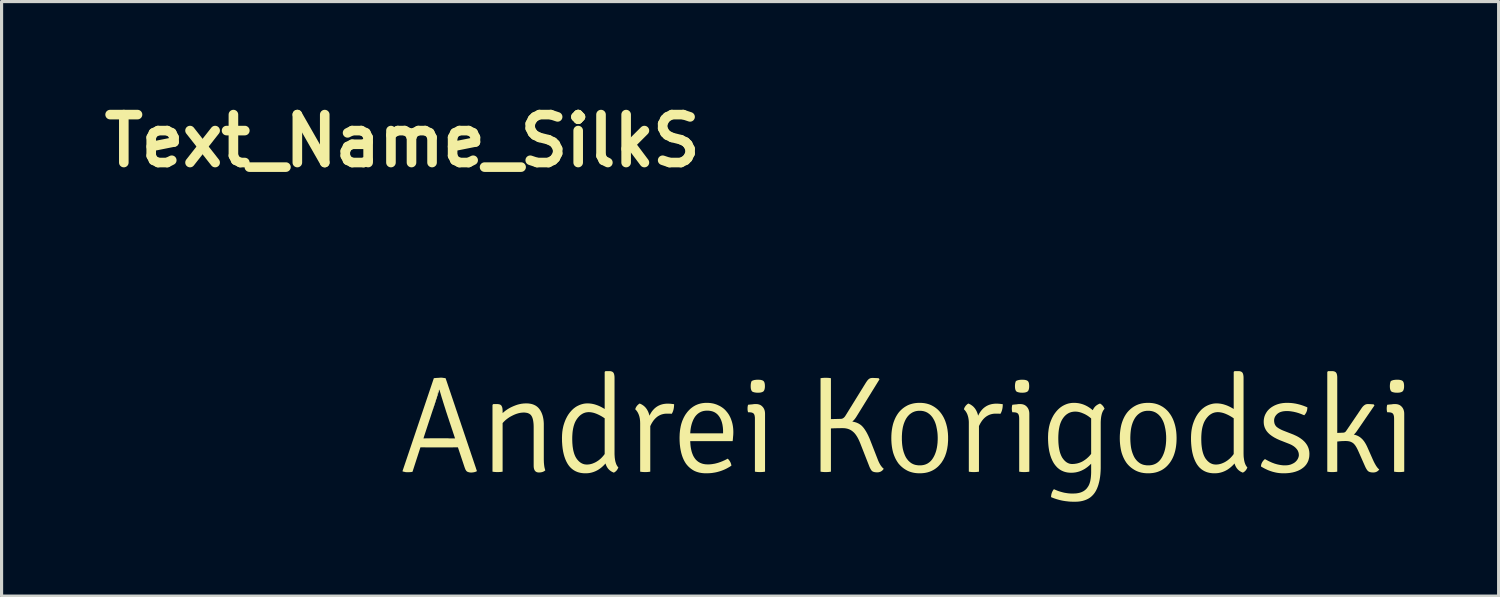
<source format=kicad_pcb>
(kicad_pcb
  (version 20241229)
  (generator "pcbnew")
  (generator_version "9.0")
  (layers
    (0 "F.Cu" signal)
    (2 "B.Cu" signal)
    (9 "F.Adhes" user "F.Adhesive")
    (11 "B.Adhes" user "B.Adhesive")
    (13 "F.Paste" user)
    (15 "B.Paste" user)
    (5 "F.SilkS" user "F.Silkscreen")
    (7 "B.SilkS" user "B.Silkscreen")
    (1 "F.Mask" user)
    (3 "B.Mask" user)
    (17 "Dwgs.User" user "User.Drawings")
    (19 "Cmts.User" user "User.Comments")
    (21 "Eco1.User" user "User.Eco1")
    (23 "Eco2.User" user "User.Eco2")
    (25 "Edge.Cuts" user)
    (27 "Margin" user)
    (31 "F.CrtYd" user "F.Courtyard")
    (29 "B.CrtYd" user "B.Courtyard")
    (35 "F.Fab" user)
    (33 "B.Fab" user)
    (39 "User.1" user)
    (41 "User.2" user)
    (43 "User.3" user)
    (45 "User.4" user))
  (footprint "Text_Name_SilkS"
    (layer "F.Cu")
    (at 9.739 11.959)
    (property "Reference" "Text_Name_SilkS" (at 0 -10.532 0) (layer "F.SilkS") (effects (font (size 1.524 1.524) (thickness 0.305))))
    (attr smd)
    (fp_poly (pts (xy 1.179 -2.626) (xy 0.945 -1.915) (xy 1.146 -2.606) (xy 1.181 -2.631)) (stroke (width 0) (type solid)) (fill yes) (layer "F.SilkS"))
    (fp_poly (pts (xy 11.101 -2.897) (xy 11.117 -2.906) (xy 11.135 -2.914) (xy 11.154 -2.921) (xy 11.175 -2.927) (xy 11.197 -2.932) (xy 11.221 -2.935) (xy 11.246 -2.938) (xy 11.273 -2.94) (xy 11.301 -2.94) (xy 11.331 -2.939) (xy 11.359 -2.938) (xy 11.385 -2.935) (xy 11.408 -2.93) (xy 11.428 -2.925) (xy 11.446 -2.918) (xy 11.462 -2.91) (xy 11.475 -2.901) (xy 11.486 -2.89) (xy 11.496 -2.876) (xy 11.504 -2.859) (xy 11.511 -2.84) (xy 11.516 -2.818) (xy 11.52 -2.793) (xy 11.522 -2.766) (xy 11.523 -2.736) (xy 11.522 -2.705) (xy 11.52 -2.678) (xy 11.515 -2.653) (xy 11.51 -2.63) (xy 11.502 -2.61) (xy 11.493 -2.593) (xy 11.483 -2.578) (xy 11.471 -2.566) (xy 11.454 -2.556) (xy 11.435 -2.547) (xy 11.414 -2.54) (xy 11.39 -2.534) (xy 11.363 -2.53) (xy 11.333 -2.528) (xy 11.301 -2.527) (xy 11.272 -2.528) (xy 11.245 -2.529) (xy 11.219 -2.533) (xy 11.195 -2.537) (xy 11.172 -2.543) (xy 11.151 -2.549) (xy 11.131 -2.557) (xy 11.119 -2.567) (xy 11.107 -2.578) (xy 11.098 -2.593) (xy 11.089 -2.61) (xy 11.083 -2.63) (xy 11.077 -2.652) (xy 11.074 -2.677) (xy 11.071 -2.705) (xy 11.071 -2.736) (xy 11.071 -2.764) (xy 11.073 -2.79) (xy 11.076 -2.814) (xy 11.08 -2.837) (xy 11.086 -2.859) (xy 11.093 -2.878) (xy 11.101 -2.897) (xy 11.101 -2.897)) (stroke (width 0) (type solid)) (fill yes) (layer "F.SilkS"))
    (fp_poly (pts (xy 19.501 -2.897) (xy 19.517 -2.906) (xy 19.535 -2.914) (xy 19.554 -2.921) (xy 19.575 -2.927) (xy 19.597 -2.932) (xy 19.62 -2.935) (xy 19.646 -2.938) (xy 19.672 -2.94) (xy 19.701 -2.94) (xy 19.731 -2.939) (xy 19.759 -2.938) (xy 19.784 -2.935) (xy 19.807 -2.93) (xy 19.828 -2.925) (xy 19.846 -2.918) (xy 19.861 -2.91) (xy 19.875 -2.901) (xy 19.886 -2.89) (xy 19.896 -2.876) (xy 19.904 -2.859) (xy 19.911 -2.84) (xy 19.916 -2.818) (xy 19.919 -2.793) (xy 19.922 -2.766) (xy 19.922 -2.736) (xy 19.922 -2.705) (xy 19.919 -2.678) (xy 19.915 -2.653) (xy 19.909 -2.63) (xy 19.902 -2.61) (xy 19.893 -2.593) (xy 19.883 -2.578) (xy 19.87 -2.566) (xy 19.854 -2.556) (xy 19.835 -2.547) (xy 19.814 -2.54) (xy 19.789 -2.534) (xy 19.762 -2.53) (xy 19.733 -2.528) (xy 19.701 -2.527) (xy 19.672 -2.528) (xy 19.644 -2.529) (xy 19.618 -2.533) (xy 19.594 -2.537) (xy 19.572 -2.543) (xy 19.551 -2.549) (xy 19.531 -2.557) (xy 19.518 -2.567) (xy 19.507 -2.578) (xy 19.497 -2.593) (xy 19.489 -2.61) (xy 19.482 -2.63) (xy 19.477 -2.652) (xy 19.473 -2.677) (xy 19.471 -2.705) (xy 19.47 -2.736) (xy 19.471 -2.764) (xy 19.473 -2.79) (xy 19.476 -2.814) (xy 19.48 -2.837) (xy 19.486 -2.859) (xy 19.493 -2.878) (xy 19.501 -2.897) (xy 19.501 -2.897)) (stroke (width 0) (type solid)) (fill yes) (layer "F.SilkS"))
    (fp_poly (pts (xy 11.527 -1.853) (xy 11.527 -0.018) (xy 11.508 -0.014) (xy 11.487 -0.012) (xy 11.466 -0.009) (xy 11.443 -0.007) (xy 11.418 -0.006) (xy 11.393 -0.005) (xy 11.366 -0.005) (xy 11.34 -0.005) (xy 11.314 -0.006) (xy 11.29 -0.007) (xy 11.267 -0.009) (xy 11.245 -0.012) (xy 11.225 -0.014) (xy 11.205 -0.018) (xy 11.205 -1.696) (xy 11.205 -1.73) (xy 11.202 -1.76) (xy 11.198 -1.786) (xy 11.193 -1.81) (xy 11.185 -1.83) (xy 11.177 -1.848) (xy 11.166 -1.862) (xy 11.151 -1.875) (xy 11.133 -1.886) (xy 11.112 -1.894) (xy 11.087 -1.9) (xy 11.059 -1.904) (xy 11.027 -1.905) (xy 10.988 -1.905) (xy 10.982 -1.925) (xy 10.977 -1.947) (xy 10.973 -1.97) (xy 10.971 -1.996) (xy 10.971 -2.023) (xy 10.971 -2.05) (xy 10.973 -2.075) (xy 10.977 -2.1) (xy 10.982 -2.123) (xy 10.988 -2.144) (xy 11.015 -2.147) (xy 11.04 -2.15) (xy 11.063 -2.152) (xy 11.085 -2.154) (xy 11.104 -2.156) (xy 11.123 -2.157) (xy 11.147 -2.161) (xy 11.169 -2.164) (xy 11.189 -2.166) (xy 11.205 -2.166) (xy 11.24 -2.166) (xy 11.266 -2.165) (xy 11.292 -2.163) (xy 11.316 -2.158) (xy 11.338 -2.152) (xy 11.36 -2.144) (xy 11.38 -2.135) (xy 11.399 -2.123) (xy 11.417 -2.11) (xy 11.433 -2.096) (xy 11.449 -2.079) (xy 11.464 -2.062) (xy 11.477 -2.044) (xy 11.489 -2.024) (xy 11.499 -2.003) (xy 11.508 -1.981) (xy 11.515 -1.958) (xy 11.52 -1.934) (xy 11.524 -1.908) (xy 11.526 -1.881) (xy 11.527 -1.853) (xy 11.527 -1.853)) (stroke (width 0) (type solid)) (fill yes) (layer "F.SilkS"))
    (fp_poly (pts (xy 19.927 -1.853) (xy 19.927 -0.018) (xy 19.908 -0.014) (xy 19.887 -0.012) (xy 19.865 -0.009) (xy 19.842 -0.007) (xy 19.818 -0.006) (xy 19.793 -0.005) (xy 19.766 -0.005) (xy 19.739 -0.005) (xy 19.714 -0.006) (xy 19.69 -0.007) (xy 19.667 -0.009) (xy 19.645 -0.012) (xy 19.624 -0.014) (xy 19.605 -0.018) (xy 19.605 -1.696) (xy 19.604 -1.73) (xy 19.602 -1.76) (xy 19.598 -1.786) (xy 19.592 -1.81) (xy 19.585 -1.83) (xy 19.576 -1.848) (xy 19.566 -1.862) (xy 19.551 -1.875) (xy 19.533 -1.886) (xy 19.512 -1.894) (xy 19.487 -1.9) (xy 19.458 -1.904) (xy 19.427 -1.905) (xy 19.388 -1.905) (xy 19.381 -1.925) (xy 19.376 -1.947) (xy 19.373 -1.97) (xy 19.371 -1.996) (xy 19.37 -2.023) (xy 19.371 -2.05) (xy 19.373 -2.075) (xy 19.376 -2.1) (xy 19.381 -2.123) (xy 19.388 -2.144) (xy 19.414 -2.147) (xy 19.439 -2.15) (xy 19.463 -2.152) (xy 19.484 -2.154) (xy 19.504 -2.156) (xy 19.522 -2.157) (xy 19.547 -2.161) (xy 19.569 -2.164) (xy 19.588 -2.166) (xy 19.605 -2.166) (xy 19.64 -2.166) (xy 19.666 -2.165) (xy 19.691 -2.163) (xy 19.715 -2.158) (xy 19.738 -2.152) (xy 19.759 -2.144) (xy 19.78 -2.135) (xy 19.799 -2.123) (xy 19.817 -2.11) (xy 19.833 -2.096) (xy 19.849 -2.079) (xy 19.863 -2.062) (xy 19.877 -2.044) (xy 19.888 -2.024) (xy 19.899 -2.003) (xy 19.907 -1.981) (xy 19.914 -1.958) (xy 19.92 -1.934) (xy 19.924 -1.908) (xy 19.926 -1.881) (xy 19.927 -1.853) (xy 19.927 -1.853)) (stroke (width 0) (type solid)) (fill yes) (layer "F.SilkS"))
    (fp_poly (pts (xy 31.843 -1.853) (xy 31.843 -0.018) (xy 31.823 -0.014) (xy 31.803 -0.012) (xy 31.781 -0.009) (xy 31.758 -0.007) (xy 31.734 -0.006) (xy 31.709 -0.005) (xy 31.682 -0.005) (xy 31.655 -0.005) (xy 31.63 -0.006) (xy 31.605 -0.007) (xy 31.582 -0.009) (xy 31.561 -0.012) (xy 31.54 -0.014) (xy 31.521 -0.018) (xy 31.521 -1.696) (xy 31.52 -1.73) (xy 31.518 -1.76) (xy 31.514 -1.786) (xy 31.508 -1.81) (xy 31.501 -1.83) (xy 31.492 -1.848) (xy 31.482 -1.862) (xy 31.467 -1.875) (xy 31.449 -1.886) (xy 31.427 -1.894) (xy 31.403 -1.9) (xy 31.374 -1.904) (xy 31.343 -1.905) (xy 31.303 -1.905) (xy 31.297 -1.925) (xy 31.292 -1.947) (xy 31.289 -1.97) (xy 31.287 -1.996) (xy 31.286 -2.023) (xy 31.287 -2.05) (xy 31.289 -2.075) (xy 31.387 -2.764) (xy 31.389 -2.79) (xy 31.392 -2.814) (xy 31.396 -2.837) (xy 31.402 -2.859) (xy 31.408 -2.878) (xy 31.417 -2.897) (xy 31.417 -2.897) (xy 31.433 -2.906) (xy 31.45 -2.914) (xy 31.47 -2.921) (xy 31.49 -2.927) (xy 31.513 -2.932) (xy 31.536 -2.935) (xy 31.562 -2.938) (xy 31.588 -2.94) (xy 31.617 -2.94) (xy 31.647 -2.94) (xy 31.675 -2.938) (xy 31.7 -2.935) (xy 31.723 -2.93) (xy 31.744 -2.925) (xy 31.762 -2.918) (xy 31.777 -2.91) (xy 31.791 -2.901) (xy 31.802 -2.89) (xy 31.811 -2.876) (xy 31.82 -2.859) (xy 31.826 -2.84) (xy 31.832 -2.818) (xy 31.835 -2.793) (xy 31.838 -2.766) (xy 31.838 -2.736) (xy 31.838 -2.705) (xy 31.835 -2.678) (xy 31.831 -2.653) (xy 31.825 -2.63) (xy 31.818 -2.61) (xy 31.809 -2.593) (xy 31.798 -2.578) (xy 31.786 -2.566) (xy 31.77 -2.556) (xy 31.751 -2.547) (xy 31.729 -2.54) (xy 31.705 -2.534) (xy 31.678 -2.53) (xy 31.649 -2.528) (xy 31.617 -2.527) (xy 31.588 -2.528) (xy 31.56 -2.529) (xy 31.534 -2.533) (xy 31.51 -2.537) (xy 31.487 -2.543) (xy 31.466 -2.549) (xy 31.447 -2.557) (xy 31.434 -2.567) (xy 31.423 -2.578) (xy 31.413 -2.593) (xy 31.405 -2.61) (xy 31.398 -2.63) (xy 31.393 -2.652) (xy 31.389 -2.677) (xy 31.387 -2.705) (xy 31.386 -2.736) (xy 31.387 -2.764) (xy 31.289 -2.075) (xy 31.292 -2.1) (xy 31.297 -2.123) (xy 31.303 -2.144) (xy 31.33 -2.147) (xy 31.355 -2.15) (xy 31.378 -2.152) (xy 31.4 -2.154) (xy 31.42 -2.156) (xy 31.438 -2.157) (xy 31.463 -2.161) (xy 31.485 -2.164) (xy 31.504 -2.166) (xy 31.521 -2.166) (xy 31.556 -2.166) (xy 31.582 -2.165) (xy 31.607 -2.163) (xy 31.631 -2.158) (xy 31.654 -2.152) (xy 31.675 -2.144) (xy 31.696 -2.135) (xy 31.715 -2.123) (xy 31.732 -2.11) (xy 31.749 -2.096) (xy 31.764 -2.079) (xy 31.779 -2.062) (xy 31.793 -2.044) (xy 31.804 -2.024) (xy 31.815 -2.003) (xy 31.823 -1.981) (xy 31.83 -1.958) (xy 31.836 -1.934) (xy 31.84 -1.908) (xy 31.842 -1.881) (xy 31.843 -1.853) (xy 31.843 -1.853)) (stroke (width 0) (type solid)) (fill yes) (layer "F.SilkS"))
    (fp_poly (pts (xy 7.401 -2.001) (xy 7.408 -2.023) (xy 7.416 -2.044) (xy 7.426 -2.065) (xy 7.438 -2.084) (xy 7.451 -2.103) (xy 7.466 -2.121) (xy 7.482 -2.138) (xy 7.5 -2.154) (xy 7.519 -2.169) (xy 7.54 -2.183) (xy 7.562 -2.175) (xy 7.583 -2.165) (xy 7.603 -2.155) (xy 7.623 -2.144) (xy 7.642 -2.131) (xy 7.66 -2.118) (xy 7.678 -2.105) (xy 7.694 -2.09) (xy 7.71 -2.075) (xy 7.726 -2.058) (xy 7.74 -2.041) (xy 7.754 -2.023) (xy 7.767 -2.004) (xy 7.78 -1.984) (xy 7.791 -1.964) (xy 7.802 -1.943) (xy 7.813 -1.92) (xy 7.822 -1.897) (xy 7.831 -1.873) (xy 7.839 -1.849) (xy 7.847 -1.823) (xy 7.853 -1.796) (xy 7.865 -1.82) (xy 7.877 -1.843) (xy 7.889 -1.865) (xy 7.901 -1.886) (xy 7.915 -1.907) (xy 7.928 -1.927) (xy 7.942 -1.946) (xy 7.957 -1.964) (xy 7.972 -1.981) (xy 7.987 -1.998) (xy 8.003 -2.014) (xy 8.019 -2.03) (xy 8.036 -2.044) (xy 8.053 -2.058) (xy 8.07 -2.071) (xy 8.088 -2.083) (xy 8.107 -2.095) (xy 8.125 -2.106) (xy 8.145 -2.116) (xy 8.165 -2.125) (xy 8.185 -2.134) (xy 8.205 -2.142) (xy 8.226 -2.149) (xy 8.248 -2.155) (xy 8.27 -2.161) (xy 8.292 -2.166) (xy 8.315 -2.17) (xy 8.338 -2.173) (xy 8.362 -2.176) (xy 8.386 -2.178) (xy 8.411 -2.179) (xy 8.436 -2.179) (xy 8.459 -2.179) (xy 8.483 -2.178) (xy 8.507 -2.177) (xy 8.532 -2.175) (xy 8.557 -2.172) (xy 8.583 -2.169) (xy 8.609 -2.166) (xy 8.636 -2.162) (xy 8.636 -2.133) (xy 8.634 -2.106) (xy 8.632 -2.079) (xy 8.629 -2.053) (xy 8.625 -2.028) (xy 8.62 -2.004) (xy 8.615 -1.981) (xy 8.608 -1.958) (xy 8.601 -1.936) (xy 8.592 -1.915) (xy 8.583 -1.895) (xy 8.573 -1.876) (xy 8.562 -1.857) (xy 8.543 -1.859) (xy 8.522 -1.86) (xy 8.498 -1.861) (xy 8.471 -1.861) (xy 8.442 -1.862) (xy 8.41 -1.862) (xy 8.387 -1.861) (xy 8.364 -1.86) (xy 8.341 -1.858) (xy 8.319 -1.855) (xy 8.297 -1.851) (xy 8.276 -1.846) (xy 8.255 -1.84) (xy 8.234 -1.834) (xy 8.214 -1.826) (xy 8.194 -1.818) (xy 8.175 -1.808) (xy 8.156 -1.798) (xy 8.137 -1.787) (xy 8.119 -1.776) (xy 8.101 -1.763) (xy 8.084 -1.749) (xy 8.067 -1.735) (xy 8.05 -1.719) (xy 8.034 -1.703) (xy 8.018 -1.686) (xy 8.002 -1.668) (xy 7.987 -1.649) (xy 7.972 -1.629) (xy 7.958 -1.608) (xy 7.944 -1.587) (xy 7.93 -1.564) (xy 7.917 -1.541) (xy 7.904 -1.517) (xy 7.892 -1.492) (xy 7.879 -1.466) (xy 7.879 -0.018) (xy 7.86 -0.014) (xy 7.84 -0.012) (xy 7.818 -0.009) (xy 7.795 -0.007) (xy 7.771 -0.006) (xy 7.745 -0.005) (xy 7.719 -0.005) (xy 7.692 -0.005) (xy 7.666 -0.006) (xy 7.642 -0.007) (xy 7.619 -0.009) (xy 7.597 -0.012) (xy 7.577 -0.014) (xy 7.558 -0.018) (xy 7.558 -1.557) (xy 7.557 -1.586) (xy 7.556 -1.615) (xy 7.554 -1.643) (xy 7.551 -1.67) (xy 7.548 -1.696) (xy 7.544 -1.721) (xy 7.538 -1.746) (xy 7.533 -1.77) (xy 7.526 -1.793) (xy 7.518 -1.816) (xy 7.51 -1.838) (xy 7.501 -1.859) (xy 7.491 -1.879) (xy 7.481 -1.899) (xy 7.47 -1.918) (xy 7.457 -1.936) (xy 7.445 -1.953) (xy 7.431 -1.97) (xy 7.416 -1.986) (xy 7.401 -2.001) (xy 7.401 -2.001)) (stroke (width 0) (type solid)) (fill yes) (layer "F.SilkS"))
    (fp_poly (pts (xy 17.848 -2.001) (xy 17.855 -2.023) (xy 17.863 -2.044) (xy 17.873 -2.065) (xy 17.885 -2.084) (xy 17.898 -2.103) (xy 17.912 -2.121) (xy 17.929 -2.138) (xy 17.946 -2.154) (xy 17.966 -2.169) (xy 17.987 -2.183) (xy 18.009 -2.175) (xy 18.03 -2.165) (xy 18.05 -2.155) (xy 18.07 -2.144) (xy 18.088 -2.131) (xy 18.107 -2.118) (xy 18.124 -2.105) (xy 18.141 -2.09) (xy 18.157 -2.075) (xy 18.172 -2.058) (xy 18.187 -2.041) (xy 18.201 -2.023) (xy 18.214 -2.004) (xy 18.226 -1.984) (xy 18.238 -1.964) (xy 18.249 -1.943) (xy 18.259 -1.92) (xy 18.269 -1.897) (xy 18.278 -1.873) (xy 18.286 -1.849) (xy 18.293 -1.823) (xy 18.3 -1.796) (xy 18.311 -1.82) (xy 18.323 -1.843) (xy 18.335 -1.865) (xy 18.348 -1.886) (xy 18.361 -1.907) (xy 18.375 -1.927) (xy 18.389 -1.946) (xy 18.403 -1.964) (xy 18.418 -1.981) (xy 18.433 -1.998) (xy 18.449 -2.014) (xy 18.465 -2.03) (xy 18.482 -2.044) (xy 18.499 -2.058) (xy 18.517 -2.071) (xy 18.535 -2.083) (xy 18.553 -2.095) (xy 18.572 -2.106) (xy 18.591 -2.116) (xy 18.611 -2.125) (xy 18.631 -2.134) (xy 18.652 -2.142) (xy 18.673 -2.149) (xy 18.695 -2.155) (xy 18.716 -2.161) (xy 18.739 -2.166) (xy 18.762 -2.17) (xy 18.785 -2.173) (xy 18.809 -2.176) (xy 18.833 -2.178) (xy 18.858 -2.179) (xy 18.883 -2.179) (xy 18.906 -2.179) (xy 18.929 -2.178) (xy 18.954 -2.177) (xy 18.978 -2.175) (xy 19.004 -2.172) (xy 19.029 -2.169) (xy 19.056 -2.166) (xy 19.083 -2.162) (xy 19.082 -2.133) (xy 19.081 -2.106) (xy 19.079 -2.079) (xy 19.076 -2.053) (xy 19.072 -2.028) (xy 19.067 -2.004) (xy 19.061 -1.981) (xy 19.055 -1.958) (xy 19.047 -1.936) (xy 19.039 -1.915) (xy 19.03 -1.895) (xy 19.02 -1.876) (xy 19.009 -1.857) (xy 18.99 -1.859) (xy 18.969 -1.86) (xy 18.945 -1.861) (xy 18.918 -1.861) (xy 18.888 -1.862) (xy 18.856 -1.862) (xy 18.833 -1.861) (xy 18.81 -1.86) (xy 18.788 -1.858) (xy 18.766 -1.855) (xy 18.744 -1.851) (xy 18.723 -1.846) (xy 18.702 -1.84) (xy 18.681 -1.834) (xy 18.661 -1.826) (xy 18.641 -1.818) (xy 18.622 -1.808) (xy 18.603 -1.798) (xy 18.584 -1.787) (xy 18.566 -1.776) (xy 18.548 -1.763) (xy 18.53 -1.749) (xy 18.513 -1.735) (xy 18.496 -1.719) (xy 18.48 -1.703) (xy 18.464 -1.686) (xy 18.449 -1.668) (xy 18.433 -1.649) (xy 18.419 -1.629) (xy 18.404 -1.608) (xy 18.39 -1.587) (xy 18.377 -1.564) (xy 18.363 -1.541) (xy 18.351 -1.517) (xy 18.338 -1.492) (xy 18.326 -1.466) (xy 18.326 -0.018) (xy 18.307 -0.014) (xy 18.286 -0.012) (xy 18.264 -0.009) (xy 18.241 -0.007) (xy 18.217 -0.006) (xy 18.192 -0.005) (xy 18.165 -0.005) (xy 18.138 -0.005) (xy 18.113 -0.006) (xy 18.089 -0.007) (xy 18.066 -0.009) (xy 18.044 -0.012) (xy 18.023 -0.014) (xy 18.004 -0.018) (xy 18.004 -1.557) (xy 18.004 -1.586) (xy 18.003 -1.615) (xy 18.001 -1.643) (xy 17.998 -1.67) (xy 17.994 -1.696) (xy 17.99 -1.721) (xy 17.985 -1.746) (xy 17.979 -1.77) (xy 17.972 -1.793) (xy 17.965 -1.816) (xy 17.957 -1.838) (xy 17.948 -1.859) (xy 17.938 -1.879) (xy 17.927 -1.899) (xy 17.916 -1.918) (xy 17.904 -1.936) (xy 17.891 -1.953) (xy 17.877 -1.97) (xy 17.863 -1.986) (xy 17.848 -2.001) (xy 17.848 -2.001)) (stroke (width 0) (type solid)) (fill yes) (layer "F.SilkS"))
    (fp_poly (pts (xy 30.671 -0.796) (xy 30.84 -0.414) (xy 30.855 -0.382) (xy 30.868 -0.352) (xy 30.882 -0.324) (xy 30.896 -0.297) (xy 30.909 -0.272) (xy 30.923 -0.248) (xy 30.936 -0.225) (xy 30.949 -0.204) (xy 30.962 -0.184) (xy 30.975 -0.166) (xy 30.988 -0.149) (xy 31 -0.134) (xy 31.013 -0.12) (xy 31.025 -0.108) (xy 31.037 -0.097) (xy 31.049 -0.088) (xy 31.035 -0.069) (xy 31.019 -0.053) (xy 31.003 -0.039) (xy 30.985 -0.026) (xy 30.967 -0.016) (xy 30.947 -0.007) (xy 30.926 -0.000449) (xy 30.905 0.004) (xy 30.882 0.007) (xy 30.858 0.008) (xy 30.829 0.007) (xy 30.801 0.005) (xy 30.776 0.001) (xy 30.754 -0.005) (xy 30.733 -0.012) (xy 30.714 -0.021) (xy 30.698 -0.032) (xy 30.684 -0.044) (xy 30.672 -0.058) (xy 30.66 -0.074) (xy 30.647 -0.093) (xy 30.635 -0.114) (xy 30.622 -0.136) (xy 30.61 -0.161) (xy 30.597 -0.189) (xy 30.584 -0.218) (xy 30.384 -0.67) (xy 30.37 -0.701) (xy 30.356 -0.73) (xy 30.342 -0.758) (xy 30.328 -0.784) (xy 30.314 -0.808) (xy 30.3 -0.83) (xy 30.286 -0.851) (xy 30.272 -0.869) (xy 30.258 -0.886) (xy 30.243 -0.902) (xy 30.229 -0.915) (xy 30.214 -0.927) (xy 30.196 -0.939) (xy 30.177 -0.95) (xy 30.157 -0.96) (xy 30.136 -0.969) (xy 30.113 -0.976) (xy 30.09 -0.982) (xy 30.065 -0.986) (xy 30.039 -0.989) (xy 30.012 -0.991) (xy 29.984 -0.992) (xy 29.958 -0.992) (xy 29.932 -0.991) (xy 29.907 -0.991) (xy 29.882 -0.99) (xy 29.857 -0.988) (xy 29.832 -0.987) (xy 29.808 -0.985) (xy 29.784 -0.983) (xy 29.761 -0.98) (xy 29.737 -0.978) (xy 29.714 -0.975) (xy 29.714 -0.018) (xy 29.695 -0.014) (xy 29.674 -0.012) (xy 29.653 -0.009) (xy 29.63 -0.007) (xy 29.606 -0.006) (xy 29.58 -0.005) (xy 29.553 -0.005) (xy 29.524 -0.005) (xy 29.495 -0.006) (xy 29.469 -0.008) (xy 29.443 -0.011) (xy 29.419 -0.014) (xy 29.397 -0.018) (xy 29.397 -3.188) (xy 29.423 -3.214) (xy 29.54 -3.214) (xy 29.569 -3.213) (xy 29.594 -3.21) (xy 29.617 -3.204) (xy 29.637 -3.197) (xy 29.654 -3.187) (xy 29.668 -3.176) (xy 29.679 -3.162) (xy 29.689 -3.147) (xy 29.696 -3.129) (xy 29.703 -3.108) (xy 29.708 -3.084) (xy 29.711 -3.058) (xy 29.714 -3.029) (xy 29.714 -2.997) (xy 29.714 -1.249) (xy 29.901 -1.257) (xy 29.921 -1.259) (xy 29.939 -1.264) (xy 29.957 -1.272) (xy 29.973 -1.284) (xy 29.988 -1.3) (xy 30.001 -1.318) (xy 30.467 -2.005) (xy 30.483 -2.029) (xy 30.498 -2.051) (xy 30.513 -2.07) (xy 30.528 -2.088) (xy 30.543 -2.103) (xy 30.557 -2.116) (xy 30.571 -2.127) (xy 30.591 -2.141) (xy 30.612 -2.152) (xy 30.635 -2.16) (xy 30.659 -2.165) (xy 30.684 -2.166) (xy 30.701 -2.166) (xy 30.72 -2.166) (xy 30.741 -2.165) (xy 30.763 -2.164) (xy 30.788 -2.163) (xy 30.814 -2.161) (xy 30.841 -2.159) (xy 30.871 -2.157) (xy 30.897 -2.123) (xy 30.345 -1.318) (xy 30.329 -1.295) (xy 30.313 -1.274) (xy 30.298 -1.255) (xy 30.283 -1.238) (xy 30.268 -1.222) (xy 30.254 -1.208) (xy 30.24 -1.196) (xy 30.267 -1.19) (xy 30.293 -1.183) (xy 30.317 -1.175) (xy 30.342 -1.166) (xy 30.365 -1.155) (xy 30.387 -1.144) (xy 30.409 -1.131) (xy 30.43 -1.118) (xy 30.45 -1.103) (xy 30.47 -1.087) (xy 30.488 -1.07) (xy 30.504 -1.056) (xy 30.519 -1.04) (xy 30.534 -1.023) (xy 30.548 -1.005) (xy 30.563 -0.987) (xy 30.577 -0.967) (xy 30.591 -0.945) (xy 30.605 -0.923) (xy 30.618 -0.9) (xy 30.632 -0.876) (xy 30.645 -0.85) (xy 30.658 -0.824) (xy 30.671 -0.796) (xy 30.671 -0.796)) (stroke (width 0) (type solid)) (fill yes) (layer "F.SilkS"))
    (fp_poly (pts (xy 15.3 -0.109) (xy 15.286 -0.09) (xy 15.271 -0.072) (xy 15.255 -0.056) (xy 15.238 -0.042) (xy 15.221 -0.03) (xy 15.202 -0.02) (xy 15.183 -0.011) (xy 15.162 -0.005) (xy 15.141 0.000075) (xy 15.119 0.003) (xy 15.095 0.004) (xy 15.065 0.003) (xy 15.037 0.001) (xy 15.012 -0.003) (xy 14.989 -0.008) (xy 14.968 -0.015) (xy 14.95 -0.023) (xy 14.935 -0.033) (xy 14.921 -0.044) (xy 14.909 -0.058) (xy 14.898 -0.074) (xy 14.886 -0.092) (xy 14.875 -0.113) (xy 14.863 -0.135) (xy 14.852 -0.159) (xy 14.841 -0.185) (xy 14.83 -0.214) (xy 14.552 -0.922) (xy 14.54 -0.951) (xy 14.528 -0.979) (xy 14.516 -1.006) (xy 14.504 -1.032) (xy 14.492 -1.057) (xy 14.479 -1.081) (xy 14.467 -1.104) (xy 14.454 -1.126) (xy 14.441 -1.147) (xy 14.428 -1.167) (xy 14.414 -1.187) (xy 14.401 -1.205) (xy 14.387 -1.222) (xy 14.374 -1.238) (xy 14.36 -1.253) (xy 14.346 -1.267) (xy 14.331 -1.28) (xy 14.317 -1.292) (xy 14.299 -1.307) (xy 14.279 -1.321) (xy 14.26 -1.334) (xy 14.239 -1.345) (xy 14.218 -1.356) (xy 14.196 -1.365) (xy 14.173 -1.374) (xy 14.15 -1.381) (xy 14.126 -1.387) (xy 14.101 -1.392) (xy 14.076 -1.396) (xy 14.05 -1.399) (xy 14.023 -1.4) (xy 13.995 -1.401) (xy 13.97 -1.401) (xy 13.944 -1.401) (xy 13.919 -1.4) (xy 13.894 -1.4) (xy 13.869 -1.4) (xy 13.843 -1.399) (xy 13.818 -1.399) (xy 13.794 -1.398) (xy 13.769 -1.398) (xy 13.744 -1.397) (xy 13.719 -1.396) (xy 13.695 -1.395) (xy 13.67 -1.394) (xy 13.646 -1.393) (xy 13.621 -1.392) (xy 13.621 -0.018) (xy 13.602 -0.014) (xy 13.581 -0.012) (xy 13.559 -0.009) (xy 13.535 -0.007) (xy 13.51 -0.006) (xy 13.484 -0.005) (xy 13.456 -0.005) (xy 13.428 -0.005) (xy 13.402 -0.006) (xy 13.377 -0.007) (xy 13.353 -0.009) (xy 13.331 -0.012) (xy 13.31 -0.014) (xy 13.291 -0.018) (xy 13.291 -2.988) (xy 13.31 -2.991) (xy 13.331 -2.994) (xy 13.353 -2.997) (xy 13.377 -2.999) (xy 13.402 -3) (xy 13.428 -3.001) (xy 13.456 -3.001) (xy 13.484 -3.001) (xy 13.51 -3) (xy 13.535 -2.999) (xy 13.559 -2.997) (xy 13.581 -2.994) (xy 13.602 -2.991) (xy 13.621 -2.988) (xy 13.621 -1.688) (xy 13.939 -1.696) (xy 13.959 -1.698) (xy 13.979 -1.703) (xy 13.998 -1.711) (xy 14.017 -1.723) (xy 14.035 -1.737) (xy 14.053 -1.755) (xy 14.07 -1.776) (xy 14.086 -1.801) (xy 14.726 -2.836) (xy 14.742 -2.861) (xy 14.757 -2.883) (xy 14.772 -2.904) (xy 14.786 -2.922) (xy 14.8 -2.937) (xy 14.813 -2.951) (xy 14.826 -2.962) (xy 14.844 -2.974) (xy 14.865 -2.984) (xy 14.887 -2.991) (xy 14.912 -2.995) (xy 14.939 -2.997) (xy 14.957 -2.997) (xy 14.977 -2.996) (xy 15 -2.995) (xy 15.024 -2.994) (xy 15.05 -2.993) (xy 15.077 -2.992) (xy 15.107 -2.99) (xy 15.139 -2.988) (xy 15.165 -2.953) (xy 14.434 -1.77) (xy 14.42 -1.748) (xy 14.405 -1.726) (xy 14.39 -1.706) (xy 14.376 -1.687) (xy 14.361 -1.669) (xy 14.345 -1.652) (xy 14.33 -1.637) (xy 14.315 -1.623) (xy 14.3 -1.609) (xy 14.327 -1.605) (xy 14.354 -1.6) (xy 14.379 -1.593) (xy 14.404 -1.586) (xy 14.429 -1.578) (xy 14.452 -1.569) (xy 14.474 -1.559) (xy 14.496 -1.549) (xy 14.517 -1.537) (xy 14.537 -1.524) (xy 14.557 -1.511) (xy 14.575 -1.497) (xy 14.593 -1.482) (xy 14.61 -1.466) (xy 14.626 -1.449) (xy 14.639 -1.434) (xy 14.652 -1.419) (xy 14.665 -1.403) (xy 14.678 -1.385) (xy 14.691 -1.367) (xy 14.703 -1.349) (xy 14.716 -1.329) (xy 14.729 -1.308) (xy 14.742 -1.287) (xy 14.755 -1.264) (xy 14.768 -1.241) (xy 14.78 -1.217) (xy 14.793 -1.192) (xy 14.806 -1.166) (xy 14.818 -1.139) (xy 14.831 -1.111) (xy 14.844 -1.082) (xy 14.856 -1.053) (xy 15.121 -0.375) (xy 15.133 -0.347) (xy 15.145 -0.321) (xy 15.157 -0.296) (xy 15.17 -0.272) (xy 15.183 -0.249) (xy 15.196 -0.227) (xy 15.21 -0.207) (xy 15.224 -0.188) (xy 15.238 -0.17) (xy 15.253 -0.153) (xy 15.268 -0.137) (xy 15.284 -0.123) (xy 15.3 -0.109) (xy 15.3 -0.109)) (stroke (width 0) (type solid)) (fill yes) (layer "F.SilkS"))
    (fp_poly (pts (xy 4.495 -1.509) (xy 4.495 -0.431) (xy 4.495 -0.399) (xy 4.496 -0.367) (xy 4.497 -0.337) (xy 4.498 -0.308) (xy 4.5 -0.28) (xy 4.503 -0.253) (xy 4.505 -0.227) (xy 4.509 -0.203) (xy 4.512 -0.179) (xy 4.516 -0.157) (xy 4.521 -0.135) (xy 4.526 -0.115) (xy 4.531 -0.096) (xy 4.537 -0.078) (xy 4.543 -0.061) (xy 4.527 -0.047) (xy 4.509 -0.034) (xy 4.489 -0.023) (xy 4.468 -0.013) (xy 4.445 -0.006) (xy 4.421 0.000431) (xy 4.395 0.005) (xy 4.368 0.007) (xy 4.338 0.008) (xy 4.317 0.007) (xy 4.297 0.004) (xy 4.279 -0.000362) (xy 4.262 -0.007) (xy 4.247 -0.016) (xy 4.233 -0.026) (xy 4.22 -0.038) (xy 4.209 -0.052) (xy 4.2 -0.069) (xy 4.192 -0.087) (xy 4.185 -0.106) (xy 4.18 -0.128) (xy 4.176 -0.152) (xy 4.174 -0.177) (xy 4.173 -0.205) (xy 4.173 -1.409) (xy 4.173 -1.444) (xy 4.172 -1.477) (xy 4.171 -1.509) (xy 4.169 -1.54) (xy 4.166 -1.569) (xy 4.163 -1.597) (xy 4.159 -1.623) (xy 4.155 -1.648) (xy 4.15 -1.671) (xy 4.144 -1.694) (xy 4.138 -1.714) (xy 4.131 -1.734) (xy 4.124 -1.752) (xy 4.116 -1.768) (xy 4.108 -1.783) (xy 4.096 -1.801) (xy 4.083 -1.818) (xy 4.068 -1.833) (xy 4.051 -1.846) (xy 4.033 -1.858) (xy 4.013 -1.868) (xy 3.992 -1.877) (xy 3.969 -1.884) (xy 3.944 -1.889) (xy 3.918 -1.893) (xy 3.89 -1.896) (xy 3.86 -1.896) (xy 3.837 -1.896) (xy 3.813 -1.895) (xy 3.79 -1.893) (xy 3.766 -1.89) (xy 3.743 -1.886) (xy 3.719 -1.881) (xy 3.695 -1.876) (xy 3.671 -1.869) (xy 3.647 -1.862) (xy 3.622 -1.854) (xy 3.598 -1.845) (xy 3.573 -1.835) (xy 3.549 -1.825) (xy 3.524 -1.813) (xy 3.499 -1.801) (xy 3.476 -1.789) (xy 3.453 -1.777) (xy 3.431 -1.765) (xy 3.409 -1.752) (xy 3.388 -1.738) (xy 3.367 -1.724) (xy 3.347 -1.71) (xy 3.327 -1.695) (xy 3.308 -1.68) (xy 3.289 -1.665) (xy 3.271 -1.649) (xy 3.253 -1.632) (xy 3.235 -1.615) (xy 3.219 -1.598) (xy 3.202 -1.58) (xy 3.186 -1.562) (xy 3.186 -0.018) (xy 3.167 -0.014) (xy 3.146 -0.012) (xy 3.125 -0.009) (xy 3.102 -0.007) (xy 3.077 -0.006) (xy 3.052 -0.005) (xy 3.025 -0.005) (xy 2.998 -0.005) (xy 2.973 -0.006) (xy 2.949 -0.007) (xy 2.926 -0.009) (xy 2.904 -0.012) (xy 2.884 -0.014) (xy 2.864 -0.018) (xy 2.864 -2.14) (xy 2.89 -2.166) (xy 3.012 -2.166) (xy 3.041 -2.165) (xy 3.066 -2.161) (xy 3.089 -2.156) (xy 3.109 -2.148) (xy 3.126 -2.137) (xy 3.14 -2.125) (xy 3.151 -2.11) (xy 3.16 -2.093) (xy 3.168 -2.074) (xy 3.175 -2.053) (xy 3.18 -2.029) (xy 3.183 -2.002) (xy 3.185 -1.972) (xy 3.186 -1.94) (xy 3.186 -1.879) (xy 3.205 -1.896) (xy 3.224 -1.913) (xy 3.243 -1.929) (xy 3.263 -1.945) (xy 3.284 -1.961) (xy 3.304 -1.975) (xy 3.325 -1.99) (xy 3.347 -2.004) (xy 3.369 -2.018) (xy 3.391 -2.031) (xy 3.414 -2.044) (xy 3.437 -2.056) (xy 3.461 -2.068) (xy 3.485 -2.079) (xy 3.509 -2.09) (xy 3.534 -2.101) (xy 3.559 -2.111) (xy 3.584 -2.121) (xy 3.609 -2.13) (xy 3.634 -2.139) (xy 3.659 -2.147) (xy 3.684 -2.154) (xy 3.709 -2.16) (xy 3.734 -2.166) (xy 3.759 -2.171) (xy 3.784 -2.176) (xy 3.809 -2.179) (xy 3.834 -2.182) (xy 3.859 -2.185) (xy 3.884 -2.186) (xy 3.909 -2.187) (xy 3.934 -2.188) (xy 3.963 -2.187) (xy 3.991 -2.186) (xy 4.018 -2.184) (xy 4.044 -2.18) (xy 4.07 -2.176) (xy 4.095 -2.171) (xy 4.119 -2.165) (xy 4.142 -2.158) (xy 4.165 -2.15) (xy 4.186 -2.141) (xy 4.207 -2.131) (xy 4.227 -2.121) (xy 4.247 -2.109) (xy 4.265 -2.096) (xy 4.283 -2.083) (xy 4.3 -2.068) (xy 4.316 -2.053) (xy 4.332 -2.036) (xy 4.346 -2.019) (xy 4.36 -2.001) (xy 4.373 -1.983) (xy 4.385 -1.964) (xy 4.396 -1.945) (xy 4.407 -1.925) (xy 4.417 -1.905) (xy 4.426 -1.884) (xy 4.435 -1.863) (xy 4.443 -1.841) (xy 4.451 -1.819) (xy 4.458 -1.796) (xy 4.464 -1.773) (xy 4.47 -1.749) (xy 4.475 -1.724) (xy 4.48 -1.699) (xy 4.484 -1.674) (xy 4.487 -1.648) (xy 4.49 -1.621) (xy 4.492 -1.594) (xy 4.494 -1.566) (xy 4.495 -1.538) (xy 4.495 -1.509) (xy 4.495 -1.509)) (stroke (width 0) (type solid)) (fill yes) (layer "F.SilkS"))
    (fp_poly (pts (xy 1.252 -3.005) (xy 1.178 -2.627) (xy 1.183 -2.61) (xy 1.188 -2.591) (xy 1.193 -2.571) (xy 1.199 -2.551) (xy 1.205 -2.529) (xy 1.212 -2.506) (xy 1.219 -2.483) (xy 1.226 -2.458) (xy 1.234 -2.433) (xy 1.241 -2.407) (xy 1.249 -2.38) (xy 1.258 -2.352) (xy 1.267 -2.324) (xy 1.276 -2.295) (xy 1.285 -2.265) (xy 1.292 -2.242) (xy 1.299 -2.218) (xy 1.307 -2.195) (xy 1.314 -2.172) (xy 1.321 -2.149) (xy 1.329 -2.125) (xy 1.336 -2.102) (xy 1.344 -2.079) (xy 1.351 -2.056) (xy 1.359 -2.032) (xy 1.366 -2.01) (xy 1.372 -1.989) (xy 1.379 -1.968) (xy 1.385 -1.947) (xy 1.392 -1.925) (xy 1.4 -1.901) (xy 1.413 -1.863) (xy 1.421 -1.838) (xy 1.429 -1.814) (xy 1.437 -1.789) (xy 1.445 -1.764) (xy 1.453 -1.74) (xy 1.462 -1.715) (xy 1.47 -1.691) (xy 1.478 -1.666) (xy 1.486 -1.641) (xy 1.494 -1.617) (xy 1.502 -1.592) (xy 1.511 -1.567) (xy 1.519 -1.543) (xy 1.527 -1.518) (xy 1.535 -1.494) (xy 1.544 -1.469) (xy 1.552 -1.444) (xy 1.56 -1.42) (xy 1.568 -1.395) (xy 1.576 -1.37) (xy 1.585 -1.346) (xy 1.593 -1.321) (xy 1.601 -1.296) (xy 1.609 -1.272) (xy 1.617 -1.247) (xy 1.625 -1.223) (xy 1.634 -1.198) (xy 1.642 -1.173) (xy 1.65 -1.149) (xy 1.658 -1.124) (xy 1.666 -1.099) (xy 1.674 -1.075) (xy 1.65 -1.075) (xy 1.627 -1.075) (xy 1.603 -1.075) (xy 1.58 -1.076) (xy 1.556 -1.076) (xy 1.532 -1.076) (xy 1.509 -1.076) (xy 1.485 -1.076) (xy 1.458 -1.078) (xy 1.433 -1.079) (xy 1.422 -1.079) (xy 1.194 -1.079) (xy 1.172 -1.079) (xy 1.15 -1.079) (xy 0.922 -1.079) (xy 0.67 -1.075) (xy 0.678 -1.099) (xy 0.685 -1.124) (xy 0.693 -1.148) (xy 0.701 -1.172) (xy 0.709 -1.197) (xy 0.717 -1.221) (xy 0.725 -1.246) (xy 0.733 -1.27) (xy 0.741 -1.294) (xy 0.749 -1.319) (xy 0.757 -1.343) (xy 0.765 -1.368) (xy 0.773 -1.392) (xy 0.781 -1.416) (xy 0.789 -1.441) (xy 0.797 -1.465) (xy 0.805 -1.49) (xy 0.813 -1.514) (xy 0.821 -1.538) (xy 0.829 -1.563) (xy 0.837 -1.587) (xy 0.845 -1.612) (xy 0.853 -1.636) (xy 0.861 -1.66) (xy 0.87 -1.685) (xy 0.878 -1.709) (xy 0.886 -1.734) (xy 0.894 -1.758) (xy 1.009 -2.11) (xy 1.016 -2.132) (xy 1.024 -2.155) (xy 1.031 -2.178) (xy 1.039 -2.203) (xy 1.046 -2.228) (xy 1.054 -2.254) (xy 1.062 -2.281) (xy 1.07 -2.308) (xy 1.078 -2.337) (xy 1.086 -2.356) (xy 1.093 -2.377) (xy 1.099 -2.398) (xy 1.104 -2.42) (xy 1.109 -2.443) (xy 1.113 -2.466) (xy 1.119 -2.487) (xy 1.125 -2.508) (xy 1.13 -2.53) (xy 1.136 -2.552) (xy 1.142 -2.574) (xy 1.152 -2.595) (xy 1.164 -2.612) (xy 1.178 -2.627) (xy 1.178 -2.627) (xy 1.252 -3.005) (xy 1.229 -3.005) (xy 1.206 -3.005) (xy 1.183 -3.003) (xy 1.16 -3.001) (xy 1.136 -2.999) (xy 1.11 -2.998) (xy 1.086 -2.997) (xy 1.062 -2.995) (xy 1.04 -2.993) (xy 1.019 -2.991) (xy 1 -2.988) (xy 0.004 -0.035) (xy 0.013 -0.022) (xy 0.036 -0.018) (xy 0.059 -0.014) (xy 0.081 -0.007) (xy 0.105 -0.003) (xy 0.129 -0.001) (xy 0.155 -0.000115) (xy 0.181 -0.001) (xy 0.183 -0.001) (xy 0.209 -0.001) (xy 0.235 -0.002) (xy 0.259 -0.004) (xy 0.281 -0.006) (xy 0.302 -0.01) (xy 0.322 -0.014) (xy 0.574 -0.792) (xy 0.878 -0.788) (xy 1.12 -0.788) (xy 1.145 -0.788) (xy 1.17 -0.788) (xy 1.194 -0.788) (xy 1.219 -0.788) (xy 1.461 -0.788) (xy 1.765 -0.792) (xy 1.974 -0.166) (xy 1.98 -0.149) (xy 1.986 -0.134) (xy 1.993 -0.116) (xy 1.999 -0.097) (xy 2.004 -0.088) (xy 2.018 -0.063) (xy 2.033 -0.042) (xy 2.048 -0.027) (xy 2.065 -0.016) (xy 2.086 -0.007) (xy 2.11 -0.000306) (xy 2.131 0.005) (xy 2.152 0.008) (xy 2.174 0.01) (xy 2.197 0.01) (xy 2.219 0.008) (xy 2.242 0.006) (xy 2.257 0.003) (xy 2.273 0.001) (xy 2.299 -0.005) (xy 2.324 -0.013) (xy 2.348 -0.023) (xy 2.37 -0.035) (xy 2.361 -0.06) (xy 2.353 -0.085) (xy 2.344 -0.11) (xy 2.336 -0.136) (xy 2.328 -0.161) (xy 2.319 -0.186) (xy 2.311 -0.211) (xy 2.302 -0.236) (xy 2.294 -0.261) (xy 2.285 -0.286) (xy 2.277 -0.311) (xy 2.268 -0.336) (xy 2.26 -0.361) (xy 2.252 -0.386) (xy 2.243 -0.411) (xy 2.235 -0.436) (xy 2.226 -0.461) (xy 2.218 -0.486) (xy 2.209 -0.511) (xy 2.201 -0.536) (xy 2.192 -0.561) (xy 2.184 -0.586) (xy 2.175 -0.611) (xy 2.167 -0.637) (xy 2.159 -0.662) (xy 2.15 -0.687) (xy 2.142 -0.712) (xy 2.133 -0.737) (xy 2.125 -0.762) (xy 2.116 -0.787) (xy 2.108 -0.812) (xy 2.099 -0.837) (xy 2.091 -0.862) (xy 2.083 -0.887) (xy 2.074 -0.912) (xy 2.066 -0.937) (xy 2.057 -0.962) (xy 2.049 -0.987) (xy 2.04 -1.012) (xy 2.032 -1.037) (xy 2.023 -1.062) (xy 2.015 -1.087) (xy 2.007 -1.113) (xy 1.998 -1.138) (xy 1.99 -1.163) (xy 1.981 -1.188) (xy 1.973 -1.213) (xy 1.964 -1.238) (xy 1.956 -1.263) (xy 1.947 -1.288) (xy 1.939 -1.313) (xy 1.931 -1.338) (xy 1.922 -1.363) (xy 1.914 -1.388) (xy 1.905 -1.413) (xy 1.897 -1.438) (xy 1.888 -1.463) (xy 1.88 -1.488) (xy 1.871 -1.513) (xy 1.863 -1.538) (xy 1.855 -1.563) (xy 1.846 -1.588) (xy 1.838 -1.614) (xy 1.829 -1.639) (xy 1.821 -1.664) (xy 1.812 -1.689) (xy 1.804 -1.714) (xy 1.795 -1.739) (xy 1.787 -1.764) (xy 1.778 -1.789) (xy 1.77 -1.814) (xy 1.762 -1.839) (xy 1.753 -1.864) (xy 1.745 -1.889) (xy 1.736 -1.914) (xy 1.728 -1.939) (xy 1.719 -1.964) (xy 1.711 -1.989) (xy 1.702 -2.014) (xy 1.694 -2.039) (xy 1.686 -2.064) (xy 1.677 -2.09) (xy 1.669 -2.115) (xy 1.66 -2.14) (xy 1.652 -2.165) (xy 1.643 -2.19) (xy 1.635 -2.215) (xy 1.626 -2.24) (xy 1.618 -2.265) (xy 1.61 -2.29) (xy 1.601 -2.315) (xy 1.593 -2.34) (xy 1.584 -2.365) (xy 1.576 -2.39) (xy 1.567 -2.415) (xy 1.559 -2.44) (xy 1.55 -2.465) (xy 1.542 -2.49) (xy 1.534 -2.515) (xy 1.525 -2.54) (xy 1.517 -2.565) (xy 1.508 -2.591) (xy 1.5 -2.616) (xy 1.491 -2.641) (xy 1.483 -2.666) (xy 1.474 -2.691) (xy 1.466 -2.716) (xy 1.457 -2.741) (xy 1.449 -2.766) (xy 1.441 -2.791) (xy 1.432 -2.816) (xy 1.424 -2.841) (xy 1.415 -2.866) (xy 1.407 -2.891) (xy 1.398 -2.916) (xy 1.39 -2.941) (xy 1.381 -2.966) (xy 1.374 -2.988) (xy 1.356 -2.991) (xy 1.334 -2.994) (xy 1.311 -2.997) (xy 1.292 -3) (xy 1.272 -3.003) (xy 1.252 -3.005)) (stroke (width 0) (type solid)) (fill yes) (layer "F.SilkS"))
    (fp_poly (pts (xy 25.879 -2.188) (xy 26.423 -1.714) (xy 26.397 -1.731) (xy 26.371 -1.748) (xy 26.346 -1.764) (xy 26.32 -1.779) (xy 26.296 -1.793) (xy 26.271 -1.806) (xy 26.247 -1.819) (xy 26.223 -1.83) (xy 26.199 -1.841) (xy 26.176 -1.851) (xy 26.153 -1.861) (xy 26.13 -1.869) (xy 26.108 -1.877) (xy 26.085 -1.884) (xy 26.063 -1.89) (xy 26.042 -1.895) (xy 26.021 -1.899) (xy 25.999 -1.903) (xy 25.979 -1.906) (xy 25.958 -1.908) (xy 25.938 -1.909) (xy 25.918 -1.91) (xy 25.895 -1.909) (xy 25.872 -1.907) (xy 25.85 -1.904) (xy 25.828 -1.9) (xy 25.806 -1.895) (xy 25.785 -1.888) (xy 25.764 -1.881) (xy 25.744 -1.872) (xy 25.724 -1.862) (xy 25.704 -1.85) (xy 25.685 -1.838) (xy 25.666 -1.825) (xy 25.647 -1.81) (xy 25.629 -1.794) (xy 25.611 -1.777) (xy 25.594 -1.758) (xy 25.577 -1.739) (xy 25.56 -1.718) (xy 25.544 -1.696) (xy 25.533 -1.68) (xy 25.522 -1.663) (xy 25.511 -1.645) (xy 25.501 -1.627) (xy 25.491 -1.608) (xy 25.482 -1.589) (xy 25.473 -1.569) (xy 25.465 -1.548) (xy 25.457 -1.526) (xy 25.45 -1.504) (xy 25.443 -1.482) (xy 25.436 -1.458) (xy 25.43 -1.434) (xy 25.424 -1.41) (xy 25.419 -1.385) (xy 25.414 -1.359) (xy 25.41 -1.332) (xy 25.406 -1.305) (xy 25.403 -1.278) (xy 25.4 -1.249) (xy 25.398 -1.22) (xy 25.396 -1.191) (xy 25.394 -1.16) (xy 25.393 -1.13) (xy 25.392 -1.098) (xy 25.392 -1.066) (xy 25.392 -1.033) (xy 25.393 -1) (xy 25.394 -0.968) (xy 25.395 -0.937) (xy 25.397 -0.906) (xy 25.399 -0.876) (xy 25.402 -0.847) (xy 25.405 -0.819) (xy 25.409 -0.791) (xy 25.413 -0.764) (xy 25.417 -0.738) (xy 25.422 -0.712) (xy 25.427 -0.687) (xy 25.433 -0.663) (xy 25.439 -0.64) (xy 25.445 -0.617) (xy 25.452 -0.595) (xy 25.46 -0.573) (xy 25.467 -0.553) (xy 25.475 -0.533) (xy 25.484 -0.514) (xy 25.493 -0.495) (xy 25.502 -0.478) (xy 25.512 -0.46) (xy 25.522 -0.444) (xy 25.538 -0.421) (xy 25.555 -0.4) (xy 25.572 -0.38) (xy 25.589 -0.361) (xy 25.607 -0.344) (xy 25.626 -0.328) (xy 25.644 -0.313) (xy 25.664 -0.3) (xy 25.683 -0.288) (xy 25.704 -0.278) (xy 25.724 -0.269) (xy 25.745 -0.261) (xy 25.767 -0.255) (xy 25.789 -0.25) (xy 25.811 -0.247) (xy 25.834 -0.245) (xy 25.857 -0.244) (xy 25.88 -0.245) (xy 25.903 -0.246) (xy 25.926 -0.249) (xy 25.949 -0.252) (xy 25.972 -0.257) (xy 25.995 -0.263) (xy 26.018 -0.269) (xy 26.041 -0.277) (xy 26.064 -0.286) (xy 26.087 -0.296) (xy 26.111 -0.306) (xy 26.134 -0.318) (xy 26.157 -0.331) (xy 26.178 -0.343) (xy 26.198 -0.357) (xy 26.218 -0.37) (xy 26.237 -0.384) (xy 26.256 -0.399) (xy 26.275 -0.415) (xy 26.293 -0.43) (xy 26.311 -0.447) (xy 26.328 -0.464) (xy 26.345 -0.482) (xy 26.361 -0.5) (xy 26.377 -0.519) (xy 26.393 -0.538) (xy 26.408 -0.558) (xy 26.423 -0.579) (xy 26.423 -1.714) (xy 25.879 -2.188) (xy 25.902 -2.187) (xy 25.924 -2.186) (xy 25.947 -2.185) (xy 25.97 -2.182) (xy 25.993 -2.179) (xy 26.017 -2.176) (xy 26.04 -2.171) (xy 26.063 -2.166) (xy 26.086 -2.161) (xy 26.11 -2.154) (xy 26.133 -2.147) (xy 26.157 -2.139) (xy 26.181 -2.131) (xy 26.205 -2.122) (xy 26.229 -2.112) (xy 26.252 -2.102) (xy 26.277 -2.09) (xy 26.301 -2.079) (xy 26.325 -2.066) (xy 26.349 -2.053) (xy 26.374 -2.039) (xy 26.398 -2.025) (xy 26.423 -2.01) (xy 26.423 -3.188) (xy 26.449 -3.214) (xy 26.566 -3.214) (xy 26.593 -3.213) (xy 26.618 -3.21) (xy 26.64 -3.204) (xy 26.659 -3.197) (xy 26.676 -3.187) (xy 26.69 -3.176) (xy 26.701 -3.162) (xy 26.71 -3.147) (xy 26.718 -3.129) (xy 26.724 -3.108) (xy 26.729 -3.084) (xy 26.733 -3.058) (xy 26.735 -3.029) (xy 26.736 -2.997) (xy 26.736 -0.618) (xy 26.736 -0.584) (xy 26.737 -0.552) (xy 26.738 -0.52) (xy 26.74 -0.489) (xy 26.743 -0.46) (xy 26.747 -0.432) (xy 26.751 -0.405) (xy 26.755 -0.379) (xy 26.76 -0.354) (xy 26.766 -0.33) (xy 26.772 -0.307) (xy 26.779 -0.286) (xy 26.787 -0.265) (xy 26.795 -0.246) (xy 26.804 -0.227) (xy 26.814 -0.21) (xy 26.824 -0.194) (xy 26.834 -0.179) (xy 26.845 -0.165) (xy 26.857 -0.153) (xy 26.847 -0.127) (xy 26.835 -0.104) (xy 26.822 -0.082) (xy 26.808 -0.062) (xy 26.792 -0.044) (xy 26.774 -0.027) (xy 26.756 -0.012) (xy 26.735 0.001) (xy 26.714 0.013) (xy 26.691 0.004) (xy 26.669 -0.006) (xy 26.647 -0.017) (xy 26.627 -0.029) (xy 26.608 -0.042) (xy 26.589 -0.056) (xy 26.572 -0.071) (xy 26.555 -0.087) (xy 26.54 -0.104) (xy 26.525 -0.122) (xy 26.511 -0.141) (xy 26.499 -0.162) (xy 26.487 -0.183) (xy 26.476 -0.205) (xy 26.466 -0.229) (xy 26.457 -0.253) (xy 26.449 -0.279) (xy 26.431 -0.258) (xy 26.412 -0.238) (xy 26.394 -0.219) (xy 26.375 -0.201) (xy 26.356 -0.183) (xy 26.337 -0.166) (xy 26.318 -0.15) (xy 26.298 -0.134) (xy 26.278 -0.119) (xy 26.258 -0.105) (xy 26.238 -0.091) (xy 26.218 -0.078) (xy 26.197 -0.066) (xy 26.176 -0.055) (xy 26.155 -0.044) (xy 26.134 -0.034) (xy 26.112 -0.025) (xy 26.091 -0.016) (xy 26.069 -0.008) (xy 26.047 -0.001) (xy 26.024 0.006) (xy 26.002 0.012) (xy 25.979 0.017) (xy 25.956 0.022) (xy 25.933 0.026) (xy 25.909 0.029) (xy 25.886 0.031) (xy 25.862 0.033) (xy 25.838 0.034) (xy 25.814 0.034) (xy 25.787 0.034) (xy 25.761 0.033) (xy 25.735 0.031) (xy 25.71 0.028) (xy 25.685 0.025) (xy 25.66 0.021) (xy 25.637 0.016) (xy 25.613 0.01) (xy 25.59 0.004) (xy 25.568 -0.003) (xy 25.546 -0.011) (xy 25.525 -0.02) (xy 25.504 -0.029) (xy 25.483 -0.04) (xy 25.463 -0.051) (xy 25.444 -0.062) (xy 25.425 -0.075) (xy 25.406 -0.088) (xy 25.388 -0.102) (xy 25.371 -0.117) (xy 25.354 -0.132) (xy 25.337 -0.148) (xy 25.321 -0.165) (xy 25.306 -0.183) (xy 25.291 -0.201) (xy 25.276 -0.221) (xy 25.262 -0.241) (xy 25.248 -0.261) (xy 25.238 -0.279) (xy 25.228 -0.297) (xy 25.218 -0.315) (xy 25.208 -0.334) (xy 25.199 -0.353) (xy 25.19 -0.373) (xy 25.181 -0.393) (xy 25.173 -0.413) (xy 25.165 -0.434) (xy 25.157 -0.455) (xy 25.149 -0.477) (xy 25.142 -0.499) (xy 25.135 -0.521) (xy 25.129 -0.544) (xy 25.123 -0.567) (xy 25.117 -0.591) (xy 25.111 -0.615) (xy 25.106 -0.639) (xy 25.101 -0.664) (xy 25.097 -0.689) (xy 25.092 -0.715) (xy 25.089 -0.741) (xy 25.085 -0.767) (xy 25.082 -0.794) (xy 25.079 -0.821) (xy 25.076 -0.848) (xy 25.074 -0.876) (xy 25.071 -0.905) (xy 25.07 -0.934) (xy 25.068 -0.963) (xy 25.067 -0.992) (xy 25.066 -1.022) (xy 25.066 -1.053) (xy 25.066 -1.083) (xy 25.066 -1.111) (xy 25.067 -1.138) (xy 25.068 -1.166) (xy 25.069 -1.192) (xy 25.071 -1.219) (xy 25.073 -1.245) (xy 25.075 -1.27) (xy 25.078 -1.296) (xy 25.081 -1.321) (xy 25.085 -1.346) (xy 25.089 -1.37) (xy 25.094 -1.394) (xy 25.098 -1.418) (xy 25.104 -1.441) (xy 25.109 -1.464) (xy 25.115 -1.487) (xy 25.121 -1.509) (xy 25.128 -1.531) (xy 25.135 -1.553) (xy 25.144 -1.579) (xy 25.153 -1.604) (xy 25.163 -1.629) (xy 25.173 -1.653) (xy 25.183 -1.677) (xy 25.194 -1.7) (xy 25.205 -1.722) (xy 25.216 -1.744) (xy 25.227 -1.766) (xy 25.239 -1.787) (xy 25.252 -1.807) (xy 25.264 -1.827) (xy 25.277 -1.846) (xy 25.29 -1.865) (xy 25.304 -1.883) (xy 25.318 -1.901) (xy 25.336 -1.922) (xy 25.354 -1.943) (xy 25.372 -1.963) (xy 25.39 -1.982) (xy 25.409 -2) (xy 25.429 -2.018) (xy 25.449 -2.034) (xy 25.469 -2.049) (xy 25.489 -2.064) (xy 25.51 -2.078) (xy 25.531 -2.091) (xy 25.553 -2.103) (xy 25.575 -2.114) (xy 25.597 -2.125) (xy 25.62 -2.135) (xy 25.643 -2.144) (xy 25.666 -2.152) (xy 25.69 -2.16) (xy 25.713 -2.166) (xy 25.736 -2.172) (xy 25.76 -2.177) (xy 25.783 -2.181) (xy 25.807 -2.184) (xy 25.831 -2.186) (xy 25.855 -2.187) (xy 25.879 -2.188) (xy 25.879 -2.188)) (stroke (width 0) (type solid)) (fill yes) (layer "F.SilkS"))
    (fp_poly (pts (xy 5.886 -2.188) (xy 6.43 -1.714) (xy 6.404 -1.731) (xy 6.378 -1.748) (xy 6.353 -1.764) (xy 6.328 -1.779) (xy 6.303 -1.793) (xy 6.278 -1.806) (xy 6.254 -1.819) (xy 6.23 -1.83) (xy 6.207 -1.841) (xy 6.183 -1.851) (xy 6.16 -1.861) (xy 6.137 -1.869) (xy 6.115 -1.877) (xy 6.093 -1.884) (xy 6.071 -1.89) (xy 6.049 -1.895) (xy 6.028 -1.899) (xy 6.007 -1.903) (xy 5.986 -1.906) (xy 5.965 -1.908) (xy 5.945 -1.909) (xy 5.925 -1.91) (xy 5.902 -1.909) (xy 5.879 -1.907) (xy 5.857 -1.904) (xy 5.835 -1.9) (xy 5.813 -1.895) (xy 5.792 -1.888) (xy 5.771 -1.881) (xy 5.751 -1.872) (xy 5.731 -1.862) (xy 5.711 -1.85) (xy 5.692 -1.838) (xy 5.673 -1.825) (xy 5.654 -1.81) (xy 5.636 -1.794) (xy 5.618 -1.777) (xy 5.601 -1.758) (xy 5.584 -1.739) (xy 5.567 -1.718) (xy 5.551 -1.696) (xy 5.54 -1.68) (xy 5.529 -1.663) (xy 5.518 -1.645) (xy 5.508 -1.627) (xy 5.498 -1.608) (xy 5.489 -1.589) (xy 5.48 -1.569) (xy 5.472 -1.548) (xy 5.464 -1.526) (xy 5.457 -1.504) (xy 5.45 -1.482) (xy 5.443 -1.458) (xy 5.437 -1.434) (xy 5.432 -1.41) (xy 5.426 -1.385) (xy 5.422 -1.359) (xy 5.417 -1.332) (xy 5.413 -1.305) (xy 5.41 -1.278) (xy 5.407 -1.249) (xy 5.405 -1.22) (xy 5.403 -1.191) (xy 5.401 -1.16) (xy 5.4 -1.13) (xy 5.399 -1.098) (xy 5.399 -1.066) (xy 5.399 -1.033) (xy 5.4 -1) (xy 5.401 -0.968) (xy 5.402 -0.937) (xy 5.404 -0.906) (xy 5.407 -0.876) (xy 5.409 -0.847) (xy 5.412 -0.819) (xy 5.416 -0.791) (xy 5.42 -0.764) (xy 5.424 -0.738) (xy 5.429 -0.712) (xy 5.434 -0.687) (xy 5.44 -0.663) (xy 5.446 -0.64) (xy 5.453 -0.617) (xy 5.459 -0.595) (xy 5.467 -0.573) (xy 5.474 -0.553) (xy 5.483 -0.533) (xy 5.491 -0.514) (xy 5.5 -0.495) (xy 5.51 -0.478) (xy 5.519 -0.46) (xy 5.53 -0.444) (xy 5.546 -0.421) (xy 5.562 -0.4) (xy 5.579 -0.38) (xy 5.597 -0.361) (xy 5.614 -0.344) (xy 5.633 -0.328) (xy 5.652 -0.313) (xy 5.671 -0.3) (xy 5.691 -0.288) (xy 5.711 -0.278) (xy 5.731 -0.269) (xy 5.752 -0.261) (xy 5.774 -0.255) (xy 5.796 -0.25) (xy 5.818 -0.247) (xy 5.841 -0.245) (xy 5.864 -0.244) (xy 5.864 -0.244) (xy 5.887 -0.245) (xy 5.91 -0.246) (xy 5.933 -0.249) (xy 5.956 -0.252) (xy 5.979 -0.257) (xy 6.002 -0.263) (xy 6.025 -0.269) (xy 6.048 -0.277) (xy 6.071 -0.286) (xy 6.094 -0.296) (xy 6.118 -0.306) (xy 6.141 -0.318) (xy 6.164 -0.331) (xy 6.185 -0.343) (xy 6.205 -0.357) (xy 6.225 -0.37) (xy 6.245 -0.384) (xy 6.263 -0.399) (xy 6.282 -0.415) (xy 6.3 -0.43) (xy 6.318 -0.447) (xy 6.335 -0.464) (xy 6.352 -0.482) (xy 6.368 -0.5) (xy 6.384 -0.519) (xy 6.4 -0.538) (xy 6.415 -0.558) (xy 6.43 -0.579) (xy 6.43 -1.714) (xy 5.886 -2.188) (xy 5.909 -2.187) (xy 5.932 -2.186) (xy 5.955 -2.185) (xy 5.978 -2.182) (xy 6.001 -2.179) (xy 6.024 -2.176) (xy 6.047 -2.171) (xy 6.07 -2.166) (xy 6.094 -2.161) (xy 6.117 -2.154) (xy 6.141 -2.147) (xy 6.164 -2.139) (xy 6.188 -2.131) (xy 6.212 -2.122) (xy 6.236 -2.112) (xy 6.26 -2.102) (xy 6.284 -2.09) (xy 6.308 -2.079) (xy 6.332 -2.066) (xy 6.356 -2.053) (xy 6.381 -2.039) (xy 6.405 -2.025) (xy 6.43 -2.01) (xy 6.43 -3.188) (xy 6.456 -3.214) (xy 6.573 -3.214) (xy 6.6 -3.213) (xy 6.625 -3.21) (xy 6.647 -3.204) (xy 6.666 -3.197) (xy 6.683 -3.187) (xy 6.697 -3.176) (xy 6.708 -3.162) (xy 6.717 -3.147) (xy 6.725 -3.129) (xy 6.731 -3.108) (xy 6.736 -3.084) (xy 6.74 -3.058) (xy 6.742 -3.029) (xy 6.743 -2.997) (xy 6.743 -0.618) (xy 6.743 -0.584) (xy 6.744 -0.552) (xy 6.746 -0.52) (xy 6.748 -0.489) (xy 6.75 -0.46) (xy 6.754 -0.432) (xy 6.758 -0.405) (xy 6.762 -0.379) (xy 6.767 -0.354) (xy 6.773 -0.33) (xy 6.78 -0.307) (xy 6.787 -0.286) (xy 6.794 -0.265) (xy 6.802 -0.246) (xy 6.811 -0.227) (xy 6.821 -0.21) (xy 6.831 -0.194) (xy 6.841 -0.179) (xy 6.853 -0.165) (xy 6.865 -0.153) (xy 6.854 -0.127) (xy 6.842 -0.104) (xy 6.829 -0.082) (xy 6.815 -0.062) (xy 6.799 -0.044) (xy 6.781 -0.027) (xy 6.763 -0.012) (xy 6.743 0.001) (xy 6.721 0.013) (xy 6.698 0.004) (xy 6.676 -0.006) (xy 6.655 -0.017) (xy 6.634 -0.029) (xy 6.615 -0.042) (xy 6.597 -0.056) (xy 6.579 -0.071) (xy 6.563 -0.087) (xy 6.547 -0.104) (xy 6.532 -0.122) (xy 6.519 -0.141) (xy 6.506 -0.162) (xy 6.494 -0.183) (xy 6.483 -0.205) (xy 6.473 -0.229) (xy 6.464 -0.253) (xy 6.456 -0.279) (xy 6.438 -0.258) (xy 6.419 -0.238) (xy 6.401 -0.219) (xy 6.382 -0.201) (xy 6.363 -0.183) (xy 6.344 -0.166) (xy 6.325 -0.15) (xy 6.305 -0.134) (xy 6.285 -0.119) (xy 6.265 -0.105) (xy 6.245 -0.091) (xy 6.225 -0.078) (xy 6.204 -0.066) (xy 6.183 -0.055) (xy 6.162 -0.044) (xy 6.141 -0.034) (xy 6.119 -0.025) (xy 6.098 -0.016) (xy 6.076 -0.008) (xy 6.054 -0.001) (xy 6.031 0.006) (xy 6.009 0.012) (xy 5.986 0.017) (xy 5.963 0.022) (xy 5.94 0.026) (xy 5.917 0.029) (xy 5.893 0.031) (xy 5.869 0.033) (xy 5.845 0.034) (xy 5.821 0.034) (xy 5.794 0.034) (xy 5.768 0.033) (xy 5.742 0.031) (xy 5.717 0.028) (xy 5.692 0.025) (xy 5.668 0.021) (xy 5.644 0.016) (xy 5.62 0.01) (xy 5.597 0.004) (xy 5.575 -0.003) (xy 5.553 -0.011) (xy 5.532 -0.02) (xy 5.511 -0.029) (xy 5.49 -0.04) (xy 5.47 -0.051) (xy 5.451 -0.062) (xy 5.432 -0.075) (xy 5.414 -0.088) (xy 5.396 -0.102) (xy 5.378 -0.117) (xy 5.361 -0.132) (xy 5.345 -0.148) (xy 5.328 -0.165) (xy 5.313 -0.183) (xy 5.298 -0.201) (xy 5.283 -0.221) (xy 5.269 -0.241) (xy 5.256 -0.261) (xy 5.245 -0.279) (xy 5.235 -0.297) (xy 5.225 -0.315) (xy 5.215 -0.334) (xy 5.206 -0.353) (xy 5.197 -0.373) (xy 5.188 -0.393) (xy 5.18 -0.413) (xy 5.172 -0.434) (xy 5.164 -0.455) (xy 5.157 -0.477) (xy 5.149 -0.499) (xy 5.143 -0.521) (xy 5.136 -0.544) (xy 5.13 -0.567) (xy 5.124 -0.591) (xy 5.119 -0.615) (xy 5.113 -0.639) (xy 5.108 -0.664) (xy 5.104 -0.689) (xy 5.1 -0.715) (xy 5.096 -0.741) (xy 5.092 -0.767) (xy 5.089 -0.794) (xy 5.086 -0.821) (xy 5.083 -0.848) (xy 5.081 -0.876) (xy 5.079 -0.905) (xy 5.077 -0.934) (xy 5.075 -0.963) (xy 5.074 -0.992) (xy 5.074 -1.022) (xy 5.073 -1.053) (xy 5.073 -1.083) (xy 5.073 -1.111) (xy 5.074 -1.138) (xy 5.075 -1.166) (xy 5.076 -1.192) (xy 5.078 -1.219) (xy 5.08 -1.245) (xy 5.082 -1.27) (xy 5.085 -1.296) (xy 5.089 -1.321) (xy 5.092 -1.346) (xy 5.096 -1.37) (xy 5.101 -1.394) (xy 5.106 -1.418) (xy 5.111 -1.441) (xy 5.116 -1.464) (xy 5.122 -1.487) (xy 5.129 -1.509) (xy 5.135 -1.531) (xy 5.143 -1.553) (xy 5.151 -1.579) (xy 5.161 -1.604) (xy 5.17 -1.629) (xy 5.18 -1.653) (xy 5.19 -1.677) (xy 5.201 -1.7) (xy 5.212 -1.722) (xy 5.223 -1.744) (xy 5.235 -1.766) (xy 5.246 -1.787) (xy 5.259 -1.807) (xy 5.271 -1.827) (xy 5.284 -1.846) (xy 5.298 -1.865) (xy 5.311 -1.883) (xy 5.325 -1.901) (xy 5.343 -1.922) (xy 5.361 -1.943) (xy 5.379 -1.963) (xy 5.398 -1.982) (xy 5.417 -2) (xy 5.436 -2.018) (xy 5.456 -2.034) (xy 5.476 -2.049) (xy 5.496 -2.064) (xy 5.517 -2.078) (xy 5.538 -2.091) (xy 5.56 -2.103) (xy 5.582 -2.114) (xy 5.605 -2.125) (xy 5.627 -2.135) (xy 5.65 -2.144) (xy 5.674 -2.152) (xy 5.697 -2.16) (xy 5.72 -2.166) (xy 5.743 -2.172) (xy 5.767 -2.177) (xy 5.791 -2.181) (xy 5.814 -2.184) (xy 5.838 -2.186) (xy 5.862 -2.187) (xy 5.886 -2.188) (xy 5.886 -2.188)) (stroke (width 0) (type solid)) (fill yes) (layer "F.SilkS"))
    (fp_poly (pts (xy 27.29 -0.183) (xy 27.291 -0.205) (xy 27.294 -0.227) (xy 27.299 -0.248) (xy 27.305 -0.269) (xy 27.314 -0.289) (xy 27.323 -0.309) (xy 27.335 -0.329) (xy 27.348 -0.347) (xy 27.362 -0.366) (xy 27.378 -0.384) (xy 27.396 -0.401) (xy 27.416 -0.418) (xy 27.442 -0.403) (xy 27.467 -0.389) (xy 27.492 -0.376) (xy 27.517 -0.363) (xy 27.541 -0.35) (xy 27.565 -0.339) (xy 27.589 -0.328) (xy 27.612 -0.317) (xy 27.635 -0.307) (xy 27.657 -0.298) (xy 27.679 -0.29) (xy 27.701 -0.282) (xy 27.722 -0.274) (xy 27.743 -0.268) (xy 27.764 -0.261) (xy 27.792 -0.254) (xy 27.819 -0.247) (xy 27.847 -0.241) (xy 27.873 -0.236) (xy 27.9 -0.231) (xy 27.925 -0.227) (xy 27.95 -0.224) (xy 27.975 -0.221) (xy 27.999 -0.219) (xy 28.023 -0.218) (xy 28.046 -0.218) (xy 28.073 -0.218) (xy 28.099 -0.22) (xy 28.123 -0.222) (xy 28.147 -0.224) (xy 28.17 -0.228) (xy 28.192 -0.233) (xy 28.213 -0.238) (xy 28.233 -0.244) (xy 28.256 -0.253) (xy 28.278 -0.263) (xy 28.299 -0.273) (xy 28.319 -0.283) (xy 28.338 -0.294) (xy 28.356 -0.306) (xy 28.372 -0.318) (xy 28.39 -0.334) (xy 28.407 -0.351) (xy 28.422 -0.368) (xy 28.436 -0.386) (xy 28.448 -0.404) (xy 28.459 -0.422) (xy 28.47 -0.445) (xy 28.479 -0.468) (xy 28.486 -0.49) (xy 28.491 -0.513) (xy 28.494 -0.535) (xy 28.493 -0.561) (xy 28.491 -0.586) (xy 28.487 -0.61) (xy 28.481 -0.633) (xy 28.473 -0.655) (xy 28.464 -0.676) (xy 28.454 -0.697) (xy 28.441 -0.716) (xy 28.427 -0.735) (xy 28.411 -0.753) (xy 28.397 -0.769) (xy 28.38 -0.785) (xy 28.363 -0.8) (xy 28.344 -0.815) (xy 28.324 -0.83) (xy 28.303 -0.843) (xy 28.28 -0.857) (xy 28.256 -0.87) (xy 28.231 -0.882) (xy 28.204 -0.894) (xy 28.177 -0.905) (xy 27.933 -1.001) (xy 27.904 -1.012) (xy 27.876 -1.024) (xy 27.849 -1.036) (xy 27.822 -1.048) (xy 27.796 -1.06) (xy 27.771 -1.073) (xy 27.747 -1.086) (xy 27.723 -1.098) (xy 27.701 -1.111) (xy 27.679 -1.125) (xy 27.658 -1.138) (xy 27.637 -1.152) (xy 27.617 -1.166) (xy 27.599 -1.18) (xy 27.58 -1.194) (xy 27.563 -1.208) (xy 27.547 -1.223) (xy 27.531 -1.238) (xy 27.516 -1.253) (xy 27.499 -1.272) (xy 27.483 -1.291) (xy 27.468 -1.31) (xy 27.455 -1.33) (xy 27.442 -1.351) (xy 27.431 -1.372) (xy 27.421 -1.393) (xy 27.411 -1.415) (xy 27.403 -1.437) (xy 27.396 -1.46) (xy 27.39 -1.483) (xy 27.385 -1.506) (xy 27.381 -1.53) (xy 27.379 -1.555) (xy 27.377 -1.58) (xy 27.377 -1.605) (xy 27.377 -1.632) (xy 27.379 -1.658) (xy 27.382 -1.684) (xy 27.386 -1.709) (xy 27.391 -1.733) (xy 27.397 -1.757) (xy 27.404 -1.781) (xy 27.413 -1.804) (xy 27.422 -1.827) (xy 27.433 -1.849) (xy 27.445 -1.871) (xy 27.457 -1.892) (xy 27.471 -1.913) (xy 27.485 -1.934) (xy 27.5 -1.953) (xy 27.517 -1.972) (xy 27.534 -1.99) (xy 27.551 -2.007) (xy 27.57 -2.024) (xy 27.59 -2.04) (xy 27.608 -2.054) (xy 27.627 -2.067) (xy 27.647 -2.08) (xy 27.667 -2.092) (xy 27.688 -2.104) (xy 27.709 -2.115) (xy 27.731 -2.126) (xy 27.753 -2.135) (xy 27.777 -2.145) (xy 27.8 -2.154) (xy 27.824 -2.162) (xy 27.847 -2.169) (xy 27.87 -2.175) (xy 27.893 -2.181) (xy 27.917 -2.186) (xy 27.941 -2.19) (xy 27.966 -2.194) (xy 27.991 -2.198) (xy 28.016 -2.2) (xy 28.041 -2.202) (xy 28.067 -2.204) (xy 28.093 -2.205) (xy 28.12 -2.205) (xy 28.145 -2.205) (xy 28.17 -2.204) (xy 28.194 -2.203) (xy 28.219 -2.202) (xy 28.244 -2.2) (xy 28.269 -2.198) (xy 28.293 -2.195) (xy 28.318 -2.192) (xy 28.343 -2.188) (xy 28.368 -2.184) (xy 28.392 -2.18) (xy 28.417 -2.175) (xy 28.442 -2.169) (xy 28.467 -2.164) (xy 28.491 -2.157) (xy 28.516 -2.151) (xy 28.541 -2.144) (xy 28.566 -2.136) (xy 28.59 -2.129) (xy 28.615 -2.12) (xy 28.64 -2.112) (xy 28.665 -2.102) (xy 28.689 -2.093) (xy 28.714 -2.083) (xy 28.739 -2.073) (xy 28.764 -2.062) (xy 28.763 -2.037) (xy 28.761 -2.012) (xy 28.757 -1.989) (xy 28.753 -1.966) (xy 28.746 -1.944) (xy 28.739 -1.923) (xy 28.73 -1.902) (xy 28.719 -1.882) (xy 28.707 -1.863) (xy 28.694 -1.844) (xy 28.68 -1.827) (xy 28.664 -1.81) (xy 28.638 -1.821) (xy 28.613 -1.831) (xy 28.589 -1.841) (xy 28.564 -1.851) (xy 28.54 -1.86) (xy 28.517 -1.868) (xy 28.493 -1.877) (xy 28.47 -1.884) (xy 28.447 -1.891) (xy 28.425 -1.898) (xy 28.403 -1.903) (xy 28.381 -1.909) (xy 28.359 -1.914) (xy 28.333 -1.92) (xy 28.306 -1.925) (xy 28.28 -1.929) (xy 28.255 -1.933) (xy 28.23 -1.937) (xy 28.205 -1.939) (xy 28.181 -1.942) (xy 28.158 -1.943) (xy 28.134 -1.944) (xy 28.111 -1.944) (xy 28.081 -1.944) (xy 28.052 -1.942) (xy 28.024 -1.939) (xy 27.997 -1.936) (xy 27.972 -1.931) (xy 27.947 -1.925) (xy 27.924 -1.918) (xy 27.901 -1.91) (xy 27.88 -1.901) (xy 27.86 -1.89) (xy 27.841 -1.879) (xy 27.824 -1.866) (xy 27.807 -1.853) (xy 27.788 -1.834) (xy 27.771 -1.815) (xy 27.756 -1.796) (xy 27.743 -1.776) (xy 27.732 -1.755) (xy 27.723 -1.734) (xy 27.716 -1.712) (xy 27.711 -1.69) (xy 27.708 -1.667) (xy 27.707 -1.644) (xy 27.708 -1.617) (xy 27.711 -1.591) (xy 27.716 -1.566) (xy 27.722 -1.542) (xy 27.731 -1.52) (xy 27.742 -1.499) (xy 27.754 -1.48) (xy 27.769 -1.461) (xy 27.785 -1.444) (xy 27.8 -1.432) (xy 27.817 -1.419) (xy 27.835 -1.407) (xy 27.854 -1.394) (xy 27.875 -1.382) (xy 27.898 -1.37) (xy 27.922 -1.357) (xy 27.947 -1.345) (xy 27.974 -1.333) (xy 28.003 -1.321) (xy 28.033 -1.309) (xy 28.29 -1.209) (xy 28.318 -1.198) (xy 28.345 -1.186) (xy 28.371 -1.174) (xy 28.397 -1.162) (xy 28.422 -1.15) (xy 28.447 -1.137) (xy 28.47 -1.124) (xy 28.493 -1.111) (xy 28.515 -1.097) (xy 28.536 -1.083) (xy 28.557 -1.069) (xy 28.576 -1.054) (xy 28.596 -1.04) (xy 28.614 -1.025) (xy 28.631 -1.009) (xy 28.648 -0.994) (xy 28.664 -0.978) (xy 28.68 -0.962) (xy 28.694 -0.945) (xy 28.708 -0.929) (xy 28.721 -0.911) (xy 28.733 -0.894) (xy 28.745 -0.877) (xy 28.756 -0.859) (xy 28.766 -0.841) (xy 28.775 -0.822) (xy 28.784 -0.803) (xy 28.792 -0.784) (xy 28.799 -0.765) (xy 28.805 -0.746) (xy 28.811 -0.726) (xy 28.815 -0.706) (xy 28.82 -0.685) (xy 28.823 -0.665) (xy 28.826 -0.644) (xy 28.827 -0.622) (xy 28.829 -0.601) (xy 28.829 -0.579) (xy 28.828 -0.553) (xy 28.827 -0.527) (xy 28.825 -0.502) (xy 28.822 -0.477) (xy 28.817 -0.453) (xy 28.812 -0.43) (xy 28.806 -0.407) (xy 28.8 -0.384) (xy 28.792 -0.362) (xy 28.783 -0.341) (xy 28.773 -0.32) (xy 28.763 -0.3) (xy 28.751 -0.28) (xy 28.739 -0.261) (xy 28.726 -0.242) (xy 28.712 -0.224) (xy 28.696 -0.207) (xy 28.68 -0.189) (xy 28.664 -0.173) (xy 28.646 -0.157) (xy 28.627 -0.142) (xy 28.607 -0.127) (xy 28.589 -0.114) (xy 28.571 -0.102) (xy 28.552 -0.09) (xy 28.532 -0.079) (xy 28.512 -0.069) (xy 28.492 -0.059) (xy 28.471 -0.049) (xy 28.449 -0.04) (xy 28.427 -0.032) (xy 28.405 -0.024) (xy 28.382 -0.016) (xy 28.358 -0.009) (xy 28.334 -0.003) (xy 28.31 0.003) (xy 28.285 0.009) (xy 28.259 0.013) (xy 28.233 0.018) (xy 28.207 0.022) (xy 28.18 0.025) (xy 28.152 0.028) (xy 28.124 0.03) (xy 28.096 0.032) (xy 28.067 0.033) (xy 28.037 0.034) (xy 28.007 0.034) (xy 27.982 0.034) (xy 27.958 0.033) (xy 27.933 0.032) (xy 27.909 0.03) (xy 27.884 0.028) (xy 27.86 0.026) (xy 27.836 0.022) (xy 27.811 0.019) (xy 27.787 0.015) (xy 27.763 0.01) (xy 27.739 0.005) (xy 27.715 -0.001) (xy 27.691 -0.007) (xy 27.667 -0.013) (xy 27.643 -0.02) (xy 27.619 -0.028) (xy 27.595 -0.036) (xy 27.571 -0.044) (xy 27.548 -0.053) (xy 27.524 -0.062) (xy 27.5 -0.072) (xy 27.477 -0.083) (xy 27.453 -0.094) (xy 27.43 -0.105) (xy 27.406 -0.117) (xy 27.383 -0.129) (xy 27.359 -0.142) (xy 27.336 -0.155) (xy 27.313 -0.169) (xy 27.29 -0.183) (xy 27.29 -0.183)) (stroke (width 0) (type solid)) (fill yes) (layer "F.SilkS"))
    (fp_poly (pts (xy 10.497 -0.988) (xy 9.149 -0.988) (xy 9.149 -1.236) (xy 10.193 -1.236) (xy 10.193 -1.292) (xy 10.193 -1.322) (xy 10.192 -1.351) (xy 10.19 -1.379) (xy 10.188 -1.407) (xy 10.185 -1.435) (xy 10.181 -1.461) (xy 10.177 -1.488) (xy 10.173 -1.513) (xy 10.167 -1.538) (xy 10.161 -1.563) (xy 10.155 -1.587) (xy 10.147 -1.61) (xy 10.14 -1.632) (xy 10.131 -1.655) (xy 10.122 -1.676) (xy 10.112 -1.697) (xy 10.102 -1.717) (xy 10.091 -1.737) (xy 10.079 -1.756) (xy 10.067 -1.775) (xy 10.052 -1.794) (xy 10.037 -1.813) (xy 10.021 -1.831) (xy 10.004 -1.847) (xy 9.987 -1.862) (xy 9.969 -1.876) (xy 9.95 -1.889) (xy 9.93 -1.901) (xy 9.909 -1.912) (xy 9.888 -1.921) (xy 9.866 -1.93) (xy 9.843 -1.937) (xy 9.819 -1.943) (xy 9.794 -1.948) (xy 9.769 -1.952) (xy 9.743 -1.955) (xy 9.716 -1.957) (xy 9.688 -1.957) (xy 9.663 -1.957) (xy 9.637 -1.955) (xy 9.613 -1.952) (xy 9.589 -1.949) (xy 9.565 -1.944) (xy 9.543 -1.938) (xy 9.521 -1.931) (xy 9.499 -1.923) (xy 9.478 -1.913) (xy 9.458 -1.903) (xy 9.438 -1.892) (xy 9.419 -1.879) (xy 9.4 -1.866) (xy 9.382 -1.851) (xy 9.365 -1.835) (xy 9.348 -1.819) (xy 9.332 -1.801) (xy 9.316 -1.782) (xy 9.301 -1.762) (xy 9.289 -1.744) (xy 9.278 -1.725) (xy 9.267 -1.706) (xy 9.256 -1.686) (xy 9.246 -1.666) (xy 9.237 -1.645) (xy 9.228 -1.623) (xy 9.219 -1.602) (xy 9.211 -1.579) (xy 9.203 -1.556) (xy 9.196 -1.532) (xy 9.189 -1.508) (xy 9.183 -1.483) (xy 9.177 -1.458) (xy 9.172 -1.432) (xy 9.167 -1.406) (xy 9.163 -1.379) (xy 9.159 -1.351) (xy 9.156 -1.323) (xy 9.153 -1.294) (xy 9.151 -1.265) (xy 9.149 -1.236) (xy 9.149 -0.988) (xy 9.15 -0.958) (xy 9.152 -0.929) (xy 9.154 -0.9) (xy 9.156 -0.872) (xy 9.159 -0.844) (xy 9.162 -0.818) (xy 9.166 -0.792) (xy 9.17 -0.766) (xy 9.175 -0.741) (xy 9.18 -0.717) (xy 9.185 -0.693) (xy 9.191 -0.67) (xy 9.197 -0.647) (xy 9.204 -0.626) (xy 9.211 -0.604) (xy 9.219 -0.584) (xy 9.227 -0.564) (xy 9.235 -0.544) (xy 9.244 -0.525) (xy 9.253 -0.507) (xy 9.263 -0.49) (xy 9.273 -0.473) (xy 9.284 -0.457) (xy 9.295 -0.441) (xy 9.306 -0.426) (xy 9.318 -0.411) (xy 9.33 -0.397) (xy 9.343 -0.384) (xy 9.356 -0.372) (xy 9.37 -0.36) (xy 9.384 -0.348) (xy 9.398 -0.337) (xy 9.413 -0.327) (xy 9.429 -0.318) (xy 9.444 -0.309) (xy 9.46 -0.3) (xy 9.477 -0.293) (xy 9.494 -0.286) (xy 9.512 -0.279) (xy 9.53 -0.273) (xy 9.548 -0.268) (xy 9.567 -0.263) (xy 9.586 -0.259) (xy 9.606 -0.256) (xy 9.626 -0.253) (xy 9.646 -0.251) (xy 9.667 -0.25) (xy 9.688 -0.249) (xy 9.71 -0.248) (xy 9.733 -0.249) (xy 9.756 -0.249) (xy 9.779 -0.251) (xy 9.802 -0.253) (xy 9.825 -0.255) (xy 9.849 -0.258) (xy 9.872 -0.262) (xy 9.896 -0.266) (xy 9.92 -0.27) (xy 9.943 -0.275) (xy 9.967 -0.281) (xy 9.991 -0.287) (xy 10.016 -0.294) (xy 10.04 -0.301) (xy 10.064 -0.309) (xy 10.089 -0.318) (xy 10.114 -0.326) (xy 10.138 -0.336) (xy 10.163 -0.346) (xy 10.188 -0.356) (xy 10.213 -0.368) (xy 10.239 -0.379) (xy 10.264 -0.391) (xy 10.289 -0.404) (xy 10.315 -0.417) (xy 10.341 -0.431) (xy 10.357 -0.415) (xy 10.373 -0.398) (xy 10.387 -0.38) (xy 10.4 -0.361) (xy 10.412 -0.342) (xy 10.423 -0.322) (xy 10.433 -0.301) (xy 10.441 -0.279) (xy 10.448 -0.257) (xy 10.454 -0.233) (xy 10.458 -0.209) (xy 10.437 -0.195) (xy 10.416 -0.181) (xy 10.395 -0.168) (xy 10.373 -0.155) (xy 10.351 -0.143) (xy 10.33 -0.131) (xy 10.308 -0.119) (xy 10.285 -0.108) (xy 10.263 -0.097) (xy 10.241 -0.087) (xy 10.218 -0.077) (xy 10.196 -0.068) (xy 10.173 -0.059) (xy 10.15 -0.05) (xy 10.127 -0.042) (xy 10.103 -0.034) (xy 10.08 -0.027) (xy 10.056 -0.02) (xy 10.032 -0.013) (xy 10.009 -0.007) (xy 9.984 -0.001) (xy 9.96 0.004) (xy 9.936 0.009) (xy 9.911 0.013) (xy 9.887 0.017) (xy 9.862 0.021) (xy 9.837 0.024) (xy 9.812 0.027) (xy 9.787 0.029) (xy 9.761 0.031) (xy 9.736 0.032) (xy 9.71 0.033) (xy 9.684 0.034) (xy 9.658 0.034) (xy 9.63 0.034) (xy 9.602 0.033) (xy 9.575 0.031) (xy 9.549 0.029) (xy 9.523 0.026) (xy 9.498 0.023) (xy 9.473 0.018) (xy 9.448 0.014) (xy 9.424 0.008) (xy 9.401 0.002) (xy 9.378 -0.005) (xy 9.355 -0.012) (xy 9.334 -0.02) (xy 9.312 -0.029) (xy 9.291 -0.038) (xy 9.271 -0.048) (xy 9.248 -0.061) (xy 9.226 -0.074) (xy 9.205 -0.088) (xy 9.184 -0.103) (xy 9.163 -0.118) (xy 9.143 -0.134) (xy 9.124 -0.151) (xy 9.106 -0.168) (xy 9.087 -0.185) (xy 9.07 -0.204) (xy 9.053 -0.223) (xy 9.037 -0.242) (xy 9.021 -0.262) (xy 9.006 -0.283) (xy 8.993 -0.304) (xy 8.98 -0.325) (xy 8.968 -0.346) (xy 8.956 -0.368) (xy 8.945 -0.39) (xy 8.934 -0.413) (xy 8.924 -0.437) (xy 8.914 -0.46) (xy 8.904 -0.485) (xy 8.896 -0.509) (xy 8.887 -0.534) (xy 8.879 -0.56) (xy 8.872 -0.586) (xy 8.864 -0.613) (xy 8.858 -0.64) (xy 8.853 -0.663) (xy 8.848 -0.686) (xy 8.843 -0.709) (xy 8.839 -0.733) (xy 8.835 -0.756) (xy 8.831 -0.78) (xy 8.828 -0.805) (xy 8.825 -0.829) (xy 8.822 -0.854) (xy 8.819 -0.879) (xy 8.817 -0.904) (xy 8.815 -0.93) (xy 8.814 -0.955) (xy 8.812 -0.981) (xy 8.811 -1.008) (xy 8.811 -1.034) (xy 8.81 -1.061) (xy 8.81 -1.088) (xy 8.81 -1.115) (xy 8.811 -1.142) (xy 8.812 -1.169) (xy 8.813 -1.196) (xy 8.814 -1.222) (xy 8.816 -1.248) (xy 8.819 -1.274) (xy 8.821 -1.299) (xy 8.824 -1.325) (xy 8.827 -1.35) (xy 8.831 -1.374) (xy 8.835 -1.399) (xy 8.84 -1.423) (xy 8.844 -1.447) (xy 8.849 -1.471) (xy 8.855 -1.494) (xy 8.86 -1.517) (xy 8.867 -1.54) (xy 8.874 -1.565) (xy 8.883 -1.59) (xy 8.891 -1.615) (xy 8.9 -1.639) (xy 8.91 -1.662) (xy 8.92 -1.685) (xy 8.93 -1.708) (xy 8.94 -1.73) (xy 8.952 -1.752) (xy 8.963 -1.773) (xy 8.975 -1.794) (xy 8.987 -1.815) (xy 9 -1.835) (xy 9.013 -1.854) (xy 9.027 -1.873) (xy 9.041 -1.892) (xy 9.057 -1.913) (xy 9.074 -1.933) (xy 9.091 -1.952) (xy 9.109 -1.971) (xy 9.127 -1.989) (xy 9.145 -2.007) (xy 9.164 -2.024) (xy 9.184 -2.04) (xy 9.204 -2.055) (xy 9.224 -2.07) (xy 9.245 -2.084) (xy 9.266 -2.098) (xy 9.288 -2.11) (xy 9.31 -2.123) (xy 9.332 -2.133) (xy 9.354 -2.143) (xy 9.376 -2.152) (xy 9.399 -2.161) (xy 9.422 -2.168) (xy 9.446 -2.175) (xy 9.47 -2.182) (xy 9.494 -2.187) (xy 9.519 -2.192) (xy 9.544 -2.196) (xy 9.569 -2.199) (xy 9.595 -2.202) (xy 9.622 -2.204) (xy 9.648 -2.205) (xy 9.675 -2.205) (xy 9.702 -2.205) (xy 9.728 -2.204) (xy 9.754 -2.202) (xy 9.779 -2.2) (xy 9.804 -2.197) (xy 9.828 -2.193) (xy 9.853 -2.189) (xy 9.876 -2.184) (xy 9.9 -2.179) (xy 9.923 -2.172) (xy 9.945 -2.165) (xy 9.968 -2.158) (xy 9.989 -2.15) (xy 10.011 -2.141) (xy 10.032 -2.131) (xy 10.056 -2.12) (xy 10.08 -2.109) (xy 10.103 -2.096) (xy 10.126 -2.083) (xy 10.147 -2.069) (xy 10.168 -2.055) (xy 10.189 -2.04) (xy 10.209 -2.024) (xy 10.228 -2.008) (xy 10.246 -1.991) (xy 10.264 -1.973) (xy 10.281 -1.955) (xy 10.297 -1.936) (xy 10.312 -1.918) (xy 10.327 -1.9) (xy 10.341 -1.881) (xy 10.355 -1.862) (xy 10.368 -1.842) (xy 10.381 -1.822) (xy 10.393 -1.801) (xy 10.404 -1.779) (xy 10.415 -1.758) (xy 10.426 -1.735) (xy 10.436 -1.712) (xy 10.445 -1.689) (xy 10.454 -1.664) (xy 10.462 -1.64) (xy 10.47 -1.617) (xy 10.477 -1.594) (xy 10.483 -1.571) (xy 10.489 -1.548) (xy 10.494 -1.524) (xy 10.499 -1.5) (xy 10.503 -1.476) (xy 10.507 -1.452) (xy 10.51 -1.427) (xy 10.513 -1.402) (xy 10.515 -1.377) (xy 10.517 -1.352) (xy 10.518 -1.326) (xy 10.519 -1.301) (xy 10.519 -1.275) (xy 10.519 -1.249) (xy 10.518 -1.223) (xy 10.517 -1.197) (xy 10.515 -1.172) (xy 10.513 -1.147) (xy 10.51 -1.122) (xy 10.509 -1.099) (xy 10.507 -1.077) (xy 10.505 -1.054) (xy 10.503 -1.032) (xy 10.5 -1.01) (xy 10.497 -0.988) (xy 10.497 -0.988)) (stroke (width 0) (type solid)) (fill yes) (layer "F.SilkS"))
    (fp_poly (pts (xy 17.041 -0.196) (xy 16.445 -0.218) (xy 16.472 -0.218) (xy 16.497 -0.22) (xy 16.522 -0.223) (xy 16.546 -0.226) (xy 16.57 -0.231) (xy 16.593 -0.237) (xy 16.616 -0.244) (xy 16.638 -0.252) (xy 16.659 -0.261) (xy 16.68 -0.271) (xy 16.7 -0.282) (xy 16.719 -0.295) (xy 16.738 -0.308) (xy 16.756 -0.322) (xy 16.774 -0.338) (xy 16.791 -0.354) (xy 16.808 -0.372) (xy 16.823 -0.39) (xy 16.839 -0.41) (xy 16.853 -0.431) (xy 16.867 -0.453) (xy 16.878 -0.471) (xy 16.889 -0.49) (xy 16.899 -0.51) (xy 16.909 -0.53) (xy 16.919 -0.55) (xy 16.927 -0.571) (xy 16.936 -0.593) (xy 16.944 -0.614) (xy 16.952 -0.637) (xy 16.959 -0.659) (xy 16.966 -0.682) (xy 16.972 -0.706) (xy 16.978 -0.73) (xy 16.983 -0.754) (xy 16.989 -0.779) (xy 16.993 -0.805) (xy 16.997 -0.831) (xy 17.001 -0.857) (xy 17.004 -0.884) (xy 17.007 -0.911) (xy 17.01 -0.938) (xy 17.011 -0.966) (xy 17.013 -0.995) (xy 17.014 -1.024) (xy 17.015 -1.053) (xy 17.015 -1.083) (xy 17.015 -1.11) (xy 17.014 -1.136) (xy 17.013 -1.163) (xy 17.012 -1.189) (xy 17.01 -1.215) (xy 17.008 -1.24) (xy 17.005 -1.266) (xy 17.002 -1.291) (xy 16.998 -1.316) (xy 16.994 -1.341) (xy 16.99 -1.365) (xy 16.985 -1.39) (xy 16.98 -1.414) (xy 16.975 -1.44) (xy 16.969 -1.466) (xy 16.963 -1.492) (xy 16.956 -1.516) (xy 16.948 -1.54) (xy 16.94 -1.564) (xy 16.931 -1.587) (xy 16.922 -1.609) (xy 16.913 -1.631) (xy 16.902 -1.652) (xy 16.891 -1.672) (xy 16.88 -1.692) (xy 16.867 -1.714) (xy 16.854 -1.735) (xy 16.839 -1.755) (xy 16.824 -1.774) (xy 16.809 -1.792) (xy 16.793 -1.809) (xy 16.776 -1.826) (xy 16.758 -1.842) (xy 16.74 -1.856) (xy 16.721 -1.87) (xy 16.702 -1.883) (xy 16.682 -1.896) (xy 16.661 -1.906) (xy 16.639 -1.916) (xy 16.617 -1.925) (xy 16.594 -1.932) (xy 16.57 -1.939) (xy 16.546 -1.944) (xy 16.521 -1.948) (xy 16.495 -1.951) (xy 16.468 -1.952) (xy 16.441 -1.953) (xy 16.414 -1.952) (xy 16.389 -1.951) (xy 16.363 -1.948) (xy 16.339 -1.944) (xy 16.315 -1.939) (xy 16.291 -1.932) (xy 16.269 -1.925) (xy 16.247 -1.916) (xy 16.225 -1.906) (xy 16.205 -1.896) (xy 16.184 -1.883) (xy 16.164 -1.87) (xy 16.144 -1.855) (xy 16.125 -1.84) (xy 16.106 -1.823) (xy 16.089 -1.805) (xy 16.072 -1.786) (xy 16.055 -1.767) (xy 16.04 -1.746) (xy 16.025 -1.724) (xy 16.01 -1.701) (xy 15.999 -1.681) (xy 15.988 -1.66) (xy 15.978 -1.639) (xy 15.968 -1.618) (xy 15.959 -1.595) (xy 15.95 -1.573) (xy 15.941 -1.549) (xy 15.933 -1.525) (xy 15.926 -1.5) (xy 15.919 -1.475) (xy 15.912 -1.449) (xy 15.906 -1.422) (xy 15.902 -1.398) (xy 15.897 -1.374) (xy 15.894 -1.349) (xy 15.89 -1.324) (xy 15.887 -1.298) (xy 15.884 -1.272) (xy 15.882 -1.246) (xy 15.88 -1.22) (xy 15.879 -1.193) (xy 15.877 -1.166) (xy 15.876 -1.139) (xy 15.876 -1.111) (xy 15.876 -1.083) (xy 15.876 -1.055) (xy 15.876 -1.028) (xy 15.877 -1) (xy 15.879 -0.973) (xy 15.88 -0.947) (xy 15.882 -0.92) (xy 15.884 -0.894) (xy 15.887 -0.868) (xy 15.89 -0.843) (xy 15.894 -0.818) (xy 15.897 -0.793) (xy 15.902 -0.768) (xy 15.906 -0.744) (xy 15.912 -0.718) (xy 15.919 -0.693) (xy 15.925 -0.668) (xy 15.933 -0.644) (xy 15.94 -0.62) (xy 15.949 -0.597) (xy 15.957 -0.575) (xy 15.966 -0.553) (xy 15.975 -0.531) (xy 15.985 -0.51) (xy 15.995 -0.49) (xy 16.006 -0.47) (xy 16.019 -0.449) (xy 16.033 -0.429) (xy 16.047 -0.41) (xy 16.062 -0.391) (xy 16.077 -0.373) (xy 16.094 -0.356) (xy 16.111 -0.34) (xy 16.128 -0.325) (xy 16.146 -0.31) (xy 16.165 -0.296) (xy 16.184 -0.283) (xy 16.205 -0.272) (xy 16.225 -0.262) (xy 16.247 -0.252) (xy 16.269 -0.244) (xy 16.292 -0.237) (xy 16.316 -0.231) (xy 16.34 -0.227) (xy 16.366 -0.223) (xy 16.391 -0.22) (xy 16.418 -0.218) (xy 16.445 -0.218) (xy 16.445 -0.218) (xy 17.041 -0.196) (xy 17.024 -0.179) (xy 17.006 -0.163) (xy 16.988 -0.148) (xy 16.97 -0.133) (xy 16.951 -0.119) (xy 16.932 -0.105) (xy 16.912 -0.092) (xy 16.892 -0.08) (xy 16.872 -0.068) (xy 16.851 -0.057) (xy 16.83 -0.047) (xy 16.809 -0.037) (xy 16.787 -0.028) (xy 16.765 -0.019) (xy 16.742 -0.011) (xy 16.719 -0.004) (xy 16.696 0.003) (xy 16.672 0.009) (xy 16.648 0.014) (xy 16.623 0.019) (xy 16.598 0.023) (xy 16.573 0.026) (xy 16.547 0.029) (xy 16.521 0.031) (xy 16.495 0.033) (xy 16.468 0.034) (xy 16.441 0.034) (xy 16.414 0.034) (xy 16.387 0.033) (xy 16.361 0.031) (xy 16.335 0.029) (xy 16.31 0.026) (xy 16.285 0.023) (xy 16.26 0.018) (xy 16.236 0.014) (xy 16.212 0.008) (xy 16.188 0.002) (xy 16.165 -0.005) (xy 16.142 -0.012) (xy 16.119 -0.02) (xy 16.097 -0.029) (xy 16.075 -0.038) (xy 16.054 -0.048) (xy 16.031 -0.06) (xy 16.008 -0.073) (xy 15.985 -0.087) (xy 15.963 -0.101) (xy 15.942 -0.115) (xy 15.921 -0.13) (xy 15.901 -0.146) (xy 15.881 -0.163) (xy 15.861 -0.18) (xy 15.842 -0.197) (xy 15.824 -0.216) (xy 15.806 -0.235) (xy 15.788 -0.254) (xy 15.771 -0.274) (xy 15.757 -0.293) (xy 15.744 -0.312) (xy 15.731 -0.332) (xy 15.718 -0.352) (xy 15.706 -0.372) (xy 15.694 -0.393) (xy 15.682 -0.415) (xy 15.671 -0.436) (xy 15.661 -0.459) (xy 15.65 -0.481) (xy 15.641 -0.505) (xy 15.631 -0.528) (xy 15.622 -0.552) (xy 15.613 -0.577) (xy 15.605 -0.601) (xy 15.597 -0.627) (xy 15.591 -0.65) (xy 15.586 -0.674) (xy 15.58 -0.697) (xy 15.575 -0.721) (xy 15.57 -0.746) (xy 15.566 -0.77) (xy 15.562 -0.795) (xy 15.558 -0.82) (xy 15.555 -0.845) (xy 15.552 -0.871) (xy 15.549 -0.896) (xy 15.547 -0.922) (xy 15.545 -0.949) (xy 15.544 -0.975) (xy 15.542 -1.002) (xy 15.542 -1.029) (xy 15.541 -1.056) (xy 15.541 -1.083) (xy 15.541 -1.111) (xy 15.542 -1.138) (xy 15.542 -1.165) (xy 15.544 -1.191) (xy 15.545 -1.218) (xy 15.547 -1.244) (xy 15.549 -1.27) (xy 15.552 -1.295) (xy 15.555 -1.32) (xy 15.558 -1.345) (xy 15.562 -1.37) (xy 15.566 -1.394) (xy 15.57 -1.419) (xy 15.575 -1.443) (xy 15.58 -1.466) (xy 15.586 -1.49) (xy 15.591 -1.513) (xy 15.597 -1.536) (xy 15.605 -1.561) (xy 15.613 -1.587) (xy 15.622 -1.612) (xy 15.631 -1.636) (xy 15.641 -1.66) (xy 15.65 -1.684) (xy 15.661 -1.707) (xy 15.671 -1.729) (xy 15.682 -1.751) (xy 15.694 -1.773) (xy 15.706 -1.794) (xy 15.718 -1.814) (xy 15.731 -1.835) (xy 15.744 -1.854) (xy 15.757 -1.873) (xy 15.771 -1.892) (xy 15.787 -1.912) (xy 15.803 -1.93) (xy 15.82 -1.949) (xy 15.837 -1.966) (xy 15.855 -1.983) (xy 15.873 -2) (xy 15.891 -2.016) (xy 15.91 -2.031) (xy 15.929 -2.046) (xy 15.949 -2.06) (xy 15.969 -2.074) (xy 15.99 -2.087) (xy 16.011 -2.099) (xy 16.032 -2.111) (xy 16.054 -2.123) (xy 16.075 -2.133) (xy 16.097 -2.142) (xy 16.119 -2.151) (xy 16.142 -2.159) (xy 16.165 -2.166) (xy 16.188 -2.173) (xy 16.212 -2.179) (xy 16.236 -2.185) (xy 16.26 -2.189) (xy 16.285 -2.194) (xy 16.31 -2.197) (xy 16.335 -2.2) (xy 16.361 -2.202) (xy 16.387 -2.204) (xy 16.414 -2.205) (xy 16.441 -2.205) (xy 16.468 -2.205) (xy 16.495 -2.204) (xy 16.521 -2.202) (xy 16.546 -2.2) (xy 16.572 -2.197) (xy 16.597 -2.194) (xy 16.621 -2.189) (xy 16.645 -2.185) (xy 16.669 -2.179) (xy 16.692 -2.173) (xy 16.715 -2.166) (xy 16.738 -2.159) (xy 16.76 -2.151) (xy 16.782 -2.142) (xy 16.803 -2.133) (xy 16.824 -2.123) (xy 16.846 -2.111) (xy 16.868 -2.099) (xy 16.889 -2.087) (xy 16.91 -2.074) (xy 16.93 -2.06) (xy 16.95 -2.046) (xy 16.97 -2.031) (xy 16.988 -2.016) (xy 17.007 -2) (xy 17.025 -1.983) (xy 17.042 -1.966) (xy 17.059 -1.949) (xy 17.075 -1.93) (xy 17.091 -1.912) (xy 17.106 -1.892) (xy 17.121 -1.873) (xy 17.135 -1.854) (xy 17.148 -1.835) (xy 17.161 -1.814) (xy 17.174 -1.794) (xy 17.186 -1.773) (xy 17.198 -1.751) (xy 17.21 -1.729) (xy 17.22 -1.707) (xy 17.231 -1.684) (xy 17.241 -1.66) (xy 17.251 -1.636) (xy 17.26 -1.612) (xy 17.268 -1.587) (xy 17.277 -1.561) (xy 17.285 -1.536) (xy 17.291 -1.513) (xy 17.297 -1.49) (xy 17.303 -1.466) (xy 17.309 -1.443) (xy 17.314 -1.419) (xy 17.318 -1.394) (xy 17.323 -1.37) (xy 17.327 -1.345) (xy 17.33 -1.32) (xy 17.333 -1.295) (xy 17.336 -1.27) (xy 17.339 -1.244) (xy 17.341 -1.218) (xy 17.342 -1.191) (xy 17.344 -1.165) (xy 17.345 -1.138) (xy 17.345 -1.111) (xy 17.345 -1.083) (xy 17.345 -1.054) (xy 17.345 -1.024) (xy 17.344 -0.995) (xy 17.342 -0.967) (xy 17.34 -0.938) (xy 17.338 -0.911) (xy 17.336 -0.883) (xy 17.333 -0.856) (xy 17.329 -0.829) (xy 17.325 -0.803) (xy 17.321 -0.777) (xy 17.317 -0.751) (xy 17.312 -0.726) (xy 17.306 -0.701) (xy 17.3 -0.676) (xy 17.294 -0.652) (xy 17.288 -0.628) (xy 17.281 -0.605) (xy 17.273 -0.582) (xy 17.265 -0.559) (xy 17.257 -0.536) (xy 17.249 -0.514) (xy 17.24 -0.493) (xy 17.23 -0.472) (xy 17.22 -0.451) (xy 17.21 -0.43) (xy 17.2 -0.41) (xy 17.189 -0.39) (xy 17.177 -0.371) (xy 17.165 -0.352) (xy 17.153 -0.333) (xy 17.141 -0.314) (xy 17.128 -0.296) (xy 17.114 -0.279) (xy 17.1 -0.262) (xy 17.086 -0.245) (xy 17.071 -0.228) (xy 17.056 -0.212) (xy 17.041 -0.196)) (stroke (width 0) (type solid)) (fill yes) (layer "F.SilkS"))
    (fp_poly (pts (xy 24.303 -0.196) (xy 23.707 -0.218) (xy 23.733 -0.218) (xy 23.759 -0.22) (xy 23.784 -0.223) (xy 23.808 -0.226) (xy 23.832 -0.231) (xy 23.855 -0.237) (xy 23.878 -0.244) (xy 23.899 -0.252) (xy 23.921 -0.261) (xy 23.941 -0.271) (xy 23.962 -0.282) (xy 23.981 -0.295) (xy 24 -0.308) (xy 24.018 -0.322) (xy 24.036 -0.338) (xy 24.053 -0.354) (xy 24.069 -0.372) (xy 24.085 -0.39) (xy 24.1 -0.41) (xy 24.115 -0.431) (xy 24.129 -0.453) (xy 24.14 -0.471) (xy 24.151 -0.49) (xy 24.161 -0.51) (xy 24.171 -0.53) (xy 24.18 -0.55) (xy 24.189 -0.571) (xy 24.198 -0.593) (xy 24.206 -0.614) (xy 24.213 -0.637) (xy 24.221 -0.659) (xy 24.227 -0.682) (xy 24.234 -0.706) (xy 24.24 -0.73) (xy 24.245 -0.754) (xy 24.25 -0.779) (xy 24.255 -0.805) (xy 24.259 -0.831) (xy 24.263 -0.857) (xy 24.266 -0.884) (xy 24.269 -0.911) (xy 24.271 -0.938) (xy 24.273 -0.966) (xy 24.275 -0.995) (xy 24.276 -1.024) (xy 24.276 -1.053) (xy 24.277 -1.083) (xy 24.276 -1.11) (xy 24.276 -1.136) (xy 24.275 -1.163) (xy 24.273 -1.189) (xy 24.271 -1.215) (xy 24.269 -1.24) (xy 24.267 -1.266) (xy 24.263 -1.291) (xy 24.26 -1.316) (xy 24.256 -1.341) (xy 24.252 -1.365) (xy 24.247 -1.39) (xy 24.242 -1.414) (xy 24.236 -1.44) (xy 24.231 -1.466) (xy 24.224 -1.492) (xy 24.217 -1.516) (xy 24.21 -1.54) (xy 24.202 -1.564) (xy 24.193 -1.587) (xy 24.184 -1.609) (xy 24.174 -1.631) (xy 24.164 -1.652) (xy 24.153 -1.672) (xy 24.142 -1.692) (xy 24.129 -1.714) (xy 24.115 -1.735) (xy 24.101 -1.755) (xy 24.086 -1.774) (xy 24.07 -1.792) (xy 24.054 -1.809) (xy 24.037 -1.826) (xy 24.02 -1.842) (xy 24.002 -1.856) (xy 23.983 -1.87) (xy 23.964 -1.883) (xy 23.943 -1.896) (xy 23.923 -1.906) (xy 23.901 -1.916) (xy 23.879 -1.925) (xy 23.856 -1.932) (xy 23.832 -1.939) (xy 23.808 -1.944) (xy 23.782 -1.948) (xy 23.757 -1.951) (xy 23.73 -1.952) (xy 23.703 -1.953) (xy 23.676 -1.952) (xy 23.65 -1.951) (xy 23.625 -1.948) (xy 23.6 -1.944) (xy 23.576 -1.939) (xy 23.553 -1.932) (xy 23.53 -1.925) (xy 23.508 -1.916) (xy 23.487 -1.906) (xy 23.466 -1.896) (xy 23.446 -1.883) (xy 23.426 -1.87) (xy 23.406 -1.855) (xy 23.387 -1.84) (xy 23.368 -1.823) (xy 23.35 -1.805) (xy 23.333 -1.786) (xy 23.317 -1.767) (xy 23.301 -1.746) (xy 23.286 -1.724) (xy 23.272 -1.701) (xy 23.261 -1.681) (xy 23.25 -1.66) (xy 23.239 -1.639) (xy 23.23 -1.618) (xy 23.22 -1.595) (xy 23.211 -1.573) (xy 23.203 -1.549) (xy 23.195 -1.525) (xy 23.187 -1.5) (xy 23.18 -1.475) (xy 23.174 -1.449) (xy 23.168 -1.422) (xy 23.163 -1.398) (xy 23.159 -1.374) (xy 23.155 -1.349) (xy 23.152 -1.324) (xy 23.149 -1.298) (xy 23.146 -1.272) (xy 23.144 -1.246) (xy 23.142 -1.22) (xy 23.14 -1.193) (xy 23.139 -1.166) (xy 23.138 -1.139) (xy 23.137 -1.111) (xy 23.137 -1.083) (xy 23.137 -1.055) (xy 23.138 -1.028) (xy 23.139 -1) (xy 23.14 -0.973) (xy 23.142 -0.947) (xy 23.144 -0.92) (xy 23.146 -0.894) (xy 23.149 -0.868) (xy 23.152 -0.843) (xy 23.155 -0.818) (xy 23.159 -0.793) (xy 23.163 -0.768) (xy 23.168 -0.744) (xy 23.174 -0.718) (xy 23.18 -0.693) (xy 23.187 -0.668) (xy 23.194 -0.644) (xy 23.202 -0.62) (xy 23.21 -0.597) (xy 23.219 -0.575) (xy 23.228 -0.553) (xy 23.237 -0.531) (xy 23.247 -0.51) (xy 23.257 -0.49) (xy 23.268 -0.47) (xy 23.281 -0.449) (xy 23.294 -0.429) (xy 23.309 -0.41) (xy 23.324 -0.391) (xy 23.339 -0.373) (xy 23.355 -0.356) (xy 23.372 -0.34) (xy 23.39 -0.325) (xy 23.408 -0.31) (xy 23.427 -0.296) (xy 23.446 -0.283) (xy 23.466 -0.272) (xy 23.487 -0.262) (xy 23.509 -0.252) (xy 23.531 -0.244) (xy 23.554 -0.237) (xy 23.578 -0.231) (xy 23.602 -0.227) (xy 23.627 -0.223) (xy 23.653 -0.22) (xy 23.68 -0.218) (xy 23.707 -0.218) (xy 23.707 -0.218) (xy 24.303 -0.196) (xy 24.285 -0.179) (xy 24.268 -0.163) (xy 24.25 -0.148) (xy 24.231 -0.133) (xy 24.213 -0.119) (xy 24.193 -0.105) (xy 24.174 -0.092) (xy 24.154 -0.08) (xy 24.134 -0.068) (xy 24.113 -0.057) (xy 24.092 -0.047) (xy 24.07 -0.037) (xy 24.048 -0.028) (xy 24.026 -0.019) (xy 24.004 -0.011) (xy 23.981 -0.004) (xy 23.957 0.003) (xy 23.934 0.009) (xy 23.909 0.014) (xy 23.885 0.019) (xy 23.86 0.023) (xy 23.835 0.026) (xy 23.809 0.029) (xy 23.783 0.031) (xy 23.757 0.033) (xy 23.73 0.034) (xy 23.703 0.034) (xy 23.676 0.034) (xy 23.649 0.033) (xy 23.623 0.031) (xy 23.597 0.029) (xy 23.571 0.026) (xy 23.546 0.023) (xy 23.522 0.018) (xy 23.497 0.014) (xy 23.473 0.008) (xy 23.45 0.002) (xy 23.426 -0.005) (xy 23.403 -0.012) (xy 23.381 -0.02) (xy 23.359 -0.029) (xy 23.337 -0.038) (xy 23.316 -0.048) (xy 23.292 -0.06) (xy 23.269 -0.073) (xy 23.247 -0.087) (xy 23.225 -0.101) (xy 23.204 -0.115) (xy 23.183 -0.13) (xy 23.162 -0.146) (xy 23.142 -0.163) (xy 23.123 -0.18) (xy 23.104 -0.197) (xy 23.085 -0.216) (xy 23.067 -0.235) (xy 23.05 -0.254) (xy 23.033 -0.274) (xy 23.019 -0.293) (xy 23.005 -0.312) (xy 22.992 -0.332) (xy 22.98 -0.352) (xy 22.967 -0.372) (xy 22.955 -0.393) (xy 22.944 -0.415) (xy 22.933 -0.436) (xy 22.922 -0.459) (xy 22.912 -0.481) (xy 22.902 -0.505) (xy 22.893 -0.528) (xy 22.884 -0.552) (xy 22.875 -0.577) (xy 22.867 -0.601) (xy 22.859 -0.627) (xy 22.853 -0.65) (xy 22.847 -0.674) (xy 22.842 -0.697) (xy 22.837 -0.721) (xy 22.832 -0.746) (xy 22.828 -0.77) (xy 22.824 -0.795) (xy 22.82 -0.82) (xy 22.817 -0.845) (xy 22.814 -0.871) (xy 22.811 -0.896) (xy 22.809 -0.922) (xy 22.807 -0.949) (xy 22.805 -0.975) (xy 22.804 -1.002) (xy 22.803 -1.029) (xy 22.803 -1.056) (xy 22.802 -1.083) (xy 22.803 -1.111) (xy 22.803 -1.138) (xy 22.804 -1.165) (xy 22.805 -1.191) (xy 22.807 -1.218) (xy 22.809 -1.244) (xy 22.811 -1.27) (xy 22.814 -1.295) (xy 22.817 -1.32) (xy 22.82 -1.345) (xy 22.824 -1.37) (xy 22.828 -1.394) (xy 22.832 -1.419) (xy 22.837 -1.443) (xy 22.842 -1.466) (xy 22.847 -1.49) (xy 22.853 -1.513) (xy 22.859 -1.536) (xy 22.867 -1.561) (xy 22.875 -1.587) (xy 22.884 -1.612) (xy 22.893 -1.636) (xy 22.902 -1.66) (xy 22.912 -1.684) (xy 22.922 -1.707) (xy 22.933 -1.729) (xy 22.944 -1.751) (xy 22.955 -1.773) (xy 22.967 -1.794) (xy 22.98 -1.814) (xy 22.992 -1.835) (xy 23.005 -1.854) (xy 23.019 -1.873) (xy 23.033 -1.892) (xy 23.049 -1.912) (xy 23.065 -1.93) (xy 23.082 -1.949) (xy 23.099 -1.966) (xy 23.117 -1.983) (xy 23.135 -2) (xy 23.153 -2.016) (xy 23.172 -2.031) (xy 23.191 -2.046) (xy 23.211 -2.06) (xy 23.231 -2.074) (xy 23.251 -2.087) (xy 23.272 -2.099) (xy 23.294 -2.111) (xy 23.316 -2.123) (xy 23.337 -2.133) (xy 23.359 -2.142) (xy 23.381 -2.151) (xy 23.403 -2.159) (xy 23.426 -2.166) (xy 23.45 -2.173) (xy 23.473 -2.179) (xy 23.497 -2.185) (xy 23.522 -2.189) (xy 23.546 -2.194) (xy 23.571 -2.197) (xy 23.597 -2.2) (xy 23.623 -2.202) (xy 23.649 -2.204) (xy 23.676 -2.205) (xy 23.703 -2.205) (xy 23.73 -2.205) (xy 23.756 -2.204) (xy 23.782 -2.202) (xy 23.808 -2.2) (xy 23.833 -2.197) (xy 23.858 -2.194) (xy 23.883 -2.189) (xy 23.907 -2.185) (xy 23.931 -2.179) (xy 23.954 -2.173) (xy 23.977 -2.166) (xy 23.999 -2.159) (xy 24.021 -2.151) (xy 24.043 -2.142) (xy 24.064 -2.133) (xy 24.085 -2.123) (xy 24.108 -2.111) (xy 24.129 -2.099) (xy 24.151 -2.087) (xy 24.172 -2.074) (xy 24.192 -2.06) (xy 24.212 -2.046) (xy 24.231 -2.031) (xy 24.25 -2.016) (xy 24.268 -2) (xy 24.286 -1.983) (xy 24.304 -1.966) (xy 24.32 -1.949) (xy 24.337 -1.93) (xy 24.353 -1.912) (xy 24.368 -1.892) (xy 24.382 -1.873) (xy 24.396 -1.854) (xy 24.41 -1.835) (xy 24.423 -1.814) (xy 24.436 -1.794) (xy 24.448 -1.773) (xy 24.46 -1.751) (xy 24.471 -1.729) (xy 24.482 -1.707) (xy 24.493 -1.684) (xy 24.503 -1.66) (xy 24.512 -1.636) (xy 24.521 -1.612) (xy 24.53 -1.587) (xy 24.538 -1.561) (xy 24.546 -1.536) (xy 24.553 -1.513) (xy 24.559 -1.49) (xy 24.565 -1.466) (xy 24.57 -1.443) (xy 24.575 -1.419) (xy 24.58 -1.394) (xy 24.584 -1.37) (xy 24.588 -1.345) (xy 24.592 -1.32) (xy 24.595 -1.295) (xy 24.598 -1.27) (xy 24.6 -1.244) (xy 24.602 -1.218) (xy 24.604 -1.191) (xy 24.605 -1.165) (xy 24.606 -1.138) (xy 24.607 -1.111) (xy 24.607 -1.083) (xy 24.607 -1.054) (xy 24.606 -1.024) (xy 24.605 -0.995) (xy 24.604 -0.967) (xy 24.602 -0.938) (xy 24.6 -0.911) (xy 24.597 -0.883) (xy 24.594 -0.856) (xy 24.591 -0.829) (xy 24.587 -0.803) (xy 24.583 -0.777) (xy 24.578 -0.751) (xy 24.573 -0.726) (xy 24.568 -0.701) (xy 24.562 -0.676) (xy 24.556 -0.652) (xy 24.549 -0.628) (xy 24.542 -0.605) (xy 24.535 -0.582) (xy 24.527 -0.559) (xy 24.519 -0.536) (xy 24.51 -0.514) (xy 24.501 -0.493) (xy 24.492 -0.472) (xy 24.482 -0.451) (xy 24.472 -0.43) (xy 24.461 -0.41) (xy 24.45 -0.39) (xy 24.439 -0.371) (xy 24.427 -0.352) (xy 24.415 -0.333) (xy 24.402 -0.314) (xy 24.389 -0.296) (xy 24.376 -0.279) (xy 24.362 -0.262) (xy 24.348 -0.245) (xy 24.333 -0.228) (xy 24.318 -0.212) (xy 24.303 -0.196)) (stroke (width 0) (type solid)) (fill yes) (layer "F.SilkS"))
    (fp_poly (pts (xy 21.944 -1.97) (xy 21.892 -0.583) (xy 21.892 -1.709) (xy 21.871 -1.727) (xy 21.85 -1.744) (xy 21.828 -1.76) (xy 21.807 -1.776) (xy 21.786 -1.79) (xy 21.765 -1.804) (xy 21.743 -1.817) (xy 21.722 -1.829) (xy 21.7 -1.841) (xy 21.679 -1.851) (xy 21.657 -1.861) (xy 21.635 -1.87) (xy 21.609 -1.881) (xy 21.584 -1.891) (xy 21.558 -1.899) (xy 21.533 -1.907) (xy 21.508 -1.913) (xy 21.483 -1.918) (xy 21.459 -1.922) (xy 21.435 -1.925) (xy 21.411 -1.926) (xy 21.387 -1.927) (xy 21.363 -1.926) (xy 21.34 -1.925) (xy 21.316 -1.922) (xy 21.294 -1.918) (xy 21.272 -1.914) (xy 21.25 -1.908) (xy 21.229 -1.901) (xy 21.208 -1.893) (xy 21.188 -1.884) (xy 21.168 -1.874) (xy 21.148 -1.862) (xy 21.13 -1.85) (xy 21.111 -1.837) (xy 21.093 -1.823) (xy 21.076 -1.807) (xy 21.059 -1.791) (xy 21.042 -1.773) (xy 21.026 -1.754) (xy 21.011 -1.735) (xy 20.996 -1.714) (xy 20.985 -1.697) (xy 20.974 -1.68) (xy 20.964 -1.663) (xy 20.954 -1.645) (xy 20.945 -1.626) (xy 20.936 -1.606) (xy 20.927 -1.586) (xy 20.919 -1.565) (xy 20.911 -1.544) (xy 20.904 -1.522) (xy 20.897 -1.499) (xy 20.891 -1.476) (xy 20.885 -1.452) (xy 20.88 -1.427) (xy 20.875 -1.402) (xy 20.87 -1.376) (xy 20.866 -1.35) (xy 20.862 -1.323) (xy 20.859 -1.295) (xy 20.856 -1.267) (xy 20.854 -1.238) (xy 20.852 -1.208) (xy 20.85 -1.178) (xy 20.849 -1.147) (xy 20.848 -1.115) (xy 20.848 -1.083) (xy 20.848 -1.05) (xy 20.849 -1.018) (xy 20.85 -0.986) (xy 20.851 -0.955) (xy 20.853 -0.925) (xy 20.855 -0.895) (xy 20.858 -0.866) (xy 20.861 -0.838) (xy 20.864 -0.81) (xy 20.868 -0.783) (xy 20.873 -0.757) (xy 20.877 -0.732) (xy 20.882 -0.707) (xy 20.888 -0.683) (xy 20.893 -0.659) (xy 20.9 -0.636) (xy 20.906 -0.614) (xy 20.913 -0.593) (xy 20.921 -0.572) (xy 20.929 -0.552) (xy 20.937 -0.532) (xy 20.946 -0.514) (xy 20.955 -0.496) (xy 20.964 -0.478) (xy 20.974 -0.461) (xy 20.991 -0.437) (xy 21.008 -0.415) (xy 21.025 -0.393) (xy 21.043 -0.374) (xy 21.061 -0.356) (xy 21.079 -0.34) (xy 21.098 -0.325) (xy 21.118 -0.311) (xy 21.137 -0.3) (xy 21.158 -0.29) (xy 21.178 -0.281) (xy 21.199 -0.274) (xy 21.221 -0.268) (xy 21.242 -0.265) (xy 21.265 -0.262) (xy 21.287 -0.261) (xy 21.313 -0.262) (xy 21.339 -0.263) (xy 21.364 -0.265) (xy 21.39 -0.269) (xy 21.414 -0.273) (xy 21.439 -0.277) (xy 21.463 -0.283) (xy 21.487 -0.29) (xy 21.511 -0.297) (xy 21.535 -0.306) (xy 21.558 -0.315) (xy 21.581 -0.325) (xy 21.604 -0.336) (xy 21.626 -0.348) (xy 21.649 -0.362) (xy 21.67 -0.376) (xy 21.691 -0.39) (xy 21.712 -0.405) (xy 21.732 -0.42) (xy 21.752 -0.436) (xy 21.771 -0.453) (xy 21.79 -0.47) (xy 21.808 -0.487) (xy 21.826 -0.505) (xy 21.843 -0.524) (xy 21.86 -0.543) (xy 21.876 -0.563) (xy 21.892 -0.583) (xy 21.944 -1.97) (xy 21.953 -1.992) (xy 21.964 -2.012) (xy 21.975 -2.031) (xy 21.988 -2.05) (xy 22.001 -2.067) (xy 22.016 -2.084) (xy 22.032 -2.1) (xy 22.049 -2.115) (xy 22.067 -2.128) (xy 22.086 -2.141) (xy 22.107 -2.153) (xy 22.128 -2.164) (xy 22.151 -2.174) (xy 22.174 -2.183) (xy 22.197 -2.169) (xy 22.218 -2.154) (xy 22.237 -2.138) (xy 22.254 -2.12) (xy 22.27 -2.101) (xy 22.285 -2.081) (xy 22.297 -2.06) (xy 22.308 -2.037) (xy 22.318 -2.014) (xy 22.306 -2.002) (xy 22.295 -1.988) (xy 22.284 -1.973) (xy 22.274 -1.958) (xy 22.265 -1.941) (xy 22.256 -1.923) (xy 22.248 -1.903) (xy 22.24 -1.883) (xy 22.233 -1.862) (xy 22.227 -1.839) (xy 22.221 -1.815) (xy 22.216 -1.79) (xy 22.211 -1.764) (xy 22.207 -1.737) (xy 22.204 -1.708) (xy 22.201 -1.679) (xy 22.199 -1.648) (xy 22.197 -1.616) (xy 22.196 -1.583) (xy 22.196 -1.549) (xy 22.196 -0.183) (xy 22.196 -0.153) (xy 22.196 -0.123) (xy 22.195 -0.094) (xy 22.194 -0.065) (xy 22.193 -0.037) (xy 22.191 -0.009) (xy 22.189 0.019) (xy 22.187 0.046) (xy 22.185 0.072) (xy 22.182 0.098) (xy 22.179 0.124) (xy 22.176 0.149) (xy 22.172 0.174) (xy 22.168 0.198) (xy 22.164 0.222) (xy 22.16 0.245) (xy 22.155 0.268) (xy 22.15 0.291) (xy 22.145 0.313) (xy 22.14 0.334) (xy 22.132 0.362) (xy 22.125 0.39) (xy 22.117 0.416) (xy 22.108 0.442) (xy 22.099 0.468) (xy 22.089 0.492) (xy 22.08 0.516) (xy 22.069 0.539) (xy 22.058 0.562) (xy 22.047 0.584) (xy 22.035 0.605) (xy 22.023 0.625) (xy 22.01 0.645) (xy 21.997 0.664) (xy 21.983 0.682) (xy 21.967 0.702) (xy 21.95 0.722) (xy 21.932 0.74) (xy 21.914 0.758) (xy 21.895 0.775) (xy 21.876 0.791) (xy 21.856 0.806) (xy 21.835 0.82) (xy 21.814 0.833) (xy 21.792 0.846) (xy 21.769 0.857) (xy 21.746 0.868) (xy 21.722 0.878) (xy 21.7 0.886) (xy 21.678 0.894) (xy 21.655 0.901) (xy 21.631 0.908) (xy 21.607 0.914) (xy 21.582 0.919) (xy 21.557 0.924) (xy 21.531 0.928) (xy 21.505 0.931) (xy 21.478 0.934) (xy 21.451 0.936) (xy 21.423 0.937) (xy 21.394 0.938) (xy 21.366 0.939) (xy 21.338 0.939) (xy 21.311 0.938) (xy 21.285 0.937) (xy 21.258 0.936) (xy 21.231 0.935) (xy 21.205 0.933) (xy 21.179 0.931) (xy 21.153 0.928) (xy 21.127 0.925) (xy 21.101 0.922) (xy 21.075 0.919) (xy 21.05 0.915) (xy 21.024 0.911) (xy 20.999 0.907) (xy 20.974 0.902) (xy 20.949 0.897) (xy 20.925 0.891) (xy 20.9 0.886) (xy 20.876 0.879) (xy 20.851 0.873) (xy 20.827 0.866) (xy 20.803 0.859) (xy 20.78 0.852) (xy 20.756 0.844) (xy 20.733 0.836) (xy 20.709 0.828) (xy 20.686 0.819) (xy 20.663 0.81) (xy 20.64 0.801) (xy 20.618 0.791) (xy 20.619 0.764) (xy 20.622 0.737) (xy 20.626 0.712) (xy 20.632 0.687) (xy 20.639 0.663) (xy 20.647 0.64) (xy 20.657 0.618) (xy 20.668 0.597) (xy 20.68 0.577) (xy 20.694 0.557) (xy 20.709 0.539) (xy 20.733 0.55) (xy 20.758 0.561) (xy 20.782 0.571) (xy 20.806 0.581) (xy 20.831 0.591) (xy 20.855 0.6) (xy 20.88 0.608) (xy 20.905 0.616) (xy 20.929 0.623) (xy 20.954 0.63) (xy 20.979 0.637) (xy 21.004 0.643) (xy 21.028 0.649) (xy 21.053 0.654) (xy 21.078 0.658) (xy 21.103 0.662) (xy 21.128 0.666) (xy 21.153 0.669) (xy 21.178 0.672) (xy 21.204 0.674) (xy 21.229 0.676) (xy 21.254 0.677) (xy 21.279 0.678) (xy 21.305 0.678) (xy 21.333 0.677) (xy 21.361 0.676) (xy 21.388 0.675) (xy 21.414 0.673) (xy 21.439 0.67) (xy 21.463 0.666) (xy 21.487 0.662) (xy 21.51 0.657) (xy 21.531 0.651) (xy 21.552 0.645) (xy 21.572 0.638) (xy 21.592 0.63) (xy 21.616 0.619) (xy 21.64 0.607) (xy 21.662 0.593) (xy 21.683 0.579) (xy 21.703 0.563) (xy 21.721 0.547) (xy 21.739 0.529) (xy 21.755 0.511) (xy 21.77 0.491) (xy 21.783 0.472) (xy 21.796 0.453) (xy 21.808 0.433) (xy 21.819 0.412) (xy 21.829 0.39) (xy 21.838 0.367) (xy 21.846 0.344) (xy 21.853 0.32) (xy 21.86 0.295) (xy 21.866 0.269) (xy 21.87 0.246) (xy 21.874 0.222) (xy 21.878 0.198) (xy 21.881 0.173) (xy 21.884 0.147) (xy 21.886 0.121) (xy 21.888 0.094) (xy 21.89 0.067) (xy 21.891 0.039) (xy 21.892 0.011) (xy 21.892 -0.018) (xy 21.892 -0.27) (xy 21.872 -0.251) (xy 21.852 -0.232) (xy 21.833 -0.214) (xy 21.812 -0.196) (xy 21.792 -0.18) (xy 21.772 -0.164) (xy 21.751 -0.148) (xy 21.73 -0.134) (xy 21.71 -0.12) (xy 21.689 -0.106) (xy 21.667 -0.094) (xy 21.646 -0.082) (xy 21.624 -0.071) (xy 21.603 -0.06) (xy 21.581 -0.05) (xy 21.559 -0.041) (xy 21.536 -0.032) (xy 21.514 -0.024) (xy 21.491 -0.017) (xy 21.469 -0.011) (xy 21.446 -0.005) (xy 21.423 0.000137) (xy 21.4 0.005) (xy 21.376 0.008) (xy 21.353 0.011) (xy 21.329 0.014) (xy 21.305 0.015) (xy 21.281 0.017) (xy 21.257 0.017) (xy 21.231 0.016) (xy 21.206 0.015) (xy 21.181 0.013) (xy 21.156 0.01) (xy 21.132 0.007) (xy 21.108 0.002) (xy 21.085 -0.003) (xy 21.062 -0.009) (xy 21.04 -0.016) (xy 21.018 -0.023) (xy 20.997 -0.032) (xy 20.976 -0.041) (xy 20.955 -0.051) (xy 20.935 -0.061) (xy 20.915 -0.073) (xy 20.896 -0.085) (xy 20.877 -0.099) (xy 20.859 -0.113) (xy 20.841 -0.127) (xy 20.823 -0.143) (xy 20.806 -0.159) (xy 20.79 -0.177) (xy 20.774 -0.195) (xy 20.758 -0.213) (xy 20.743 -0.233) (xy 20.728 -0.253) (xy 20.713 -0.274) (xy 20.702 -0.292) (xy 20.691 -0.31) (xy 20.681 -0.328) (xy 20.671 -0.347) (xy 20.661 -0.366) (xy 20.652 -0.386) (xy 20.643 -0.406) (xy 20.634 -0.426) (xy 20.625 -0.447) (xy 20.617 -0.468) (xy 20.61 -0.49) (xy 20.602 -0.512) (xy 20.595 -0.534) (xy 20.588 -0.557) (xy 20.582 -0.58) (xy 20.576 -0.604) (xy 20.57 -0.628) (xy 20.564 -0.652) (xy 20.559 -0.677) (xy 20.554 -0.702) (xy 20.55 -0.728) (xy 20.546 -0.754) (xy 20.542 -0.78) (xy 20.539 -0.807) (xy 20.535 -0.834) (xy 20.533 -0.862) (xy 20.53 -0.889) (xy 20.528 -0.918) (xy 20.526 -0.947) (xy 20.525 -0.976) (xy 20.523 -1.005) (xy 20.523 -1.035) (xy 20.522 -1.066) (xy 20.522 -1.096) (xy 20.522 -1.124) (xy 20.523 -1.152) (xy 20.524 -1.179) (xy 20.525 -1.205) (xy 20.526 -1.232) (xy 20.528 -1.258) (xy 20.531 -1.284) (xy 20.534 -1.309) (xy 20.537 -1.334) (xy 20.54 -1.359) (xy 20.544 -1.383) (xy 20.548 -1.407) (xy 20.552 -1.431) (xy 20.557 -1.454) (xy 20.563 -1.477) (xy 20.568 -1.5) (xy 20.574 -1.522) (xy 20.58 -1.544) (xy 20.587 -1.566) (xy 20.596 -1.592) (xy 20.605 -1.617) (xy 20.615 -1.642) (xy 20.625 -1.666) (xy 20.635 -1.69) (xy 20.645 -1.713) (xy 20.656 -1.735) (xy 20.668 -1.757) (xy 20.679 -1.779) (xy 20.691 -1.8) (xy 20.703 -1.82) (xy 20.716 -1.84) (xy 20.729 -1.859) (xy 20.742 -1.878) (xy 20.756 -1.896) (xy 20.77 -1.914) (xy 20.786 -1.934) (xy 20.803 -1.953) (xy 20.82 -1.972) (xy 20.837 -1.99) (xy 20.855 -2.007) (xy 20.873 -2.024) (xy 20.892 -2.04) (xy 20.91 -2.055) (xy 20.93 -2.07) (xy 20.949 -2.083) (xy 20.969 -2.096) (xy 20.989 -2.109) (xy 21.01 -2.12) (xy 21.031 -2.131) (xy 21.054 -2.142) (xy 21.077 -2.152) (xy 21.1 -2.161) (xy 21.123 -2.17) (xy 21.147 -2.177) (xy 21.171 -2.184) (xy 21.195 -2.189) (xy 21.219 -2.194) (xy 21.244 -2.198) (xy 21.268 -2.201) (xy 21.293 -2.203) (xy 21.319 -2.205) (xy 21.344 -2.205) (xy 21.368 -2.205) (xy 21.392 -2.204) (xy 21.417 -2.202) (xy 21.44 -2.2) (xy 21.464 -2.197) (xy 21.488 -2.194) (xy 21.511 -2.189) (xy 21.534 -2.185) (xy 21.557 -2.179) (xy 21.58 -2.173) (xy 21.603 -2.166) (xy 21.626 -2.159) (xy 21.648 -2.151) (xy 21.67 -2.142) (xy 21.692 -2.133) (xy 21.714 -2.123) (xy 21.736 -2.112) (xy 21.757 -2.101) (xy 21.779 -2.089) (xy 21.8 -2.076) (xy 21.821 -2.063) (xy 21.842 -2.049) (xy 21.863 -2.035) (xy 21.883 -2.02) (xy 21.904 -2.004) (xy 21.924 -1.987) (xy 21.944 -1.97) (xy 21.944 -1.97)) (stroke (width 0) (type solid)) (fill yes) (layer "F.SilkS")))
  (gr_rect
    (start -3 -3)
    (end 44.582 15.897)
    (stroke (width 0.1) (type default))
    (fill no)
    (layer "Edge.Cuts")))
</source>
